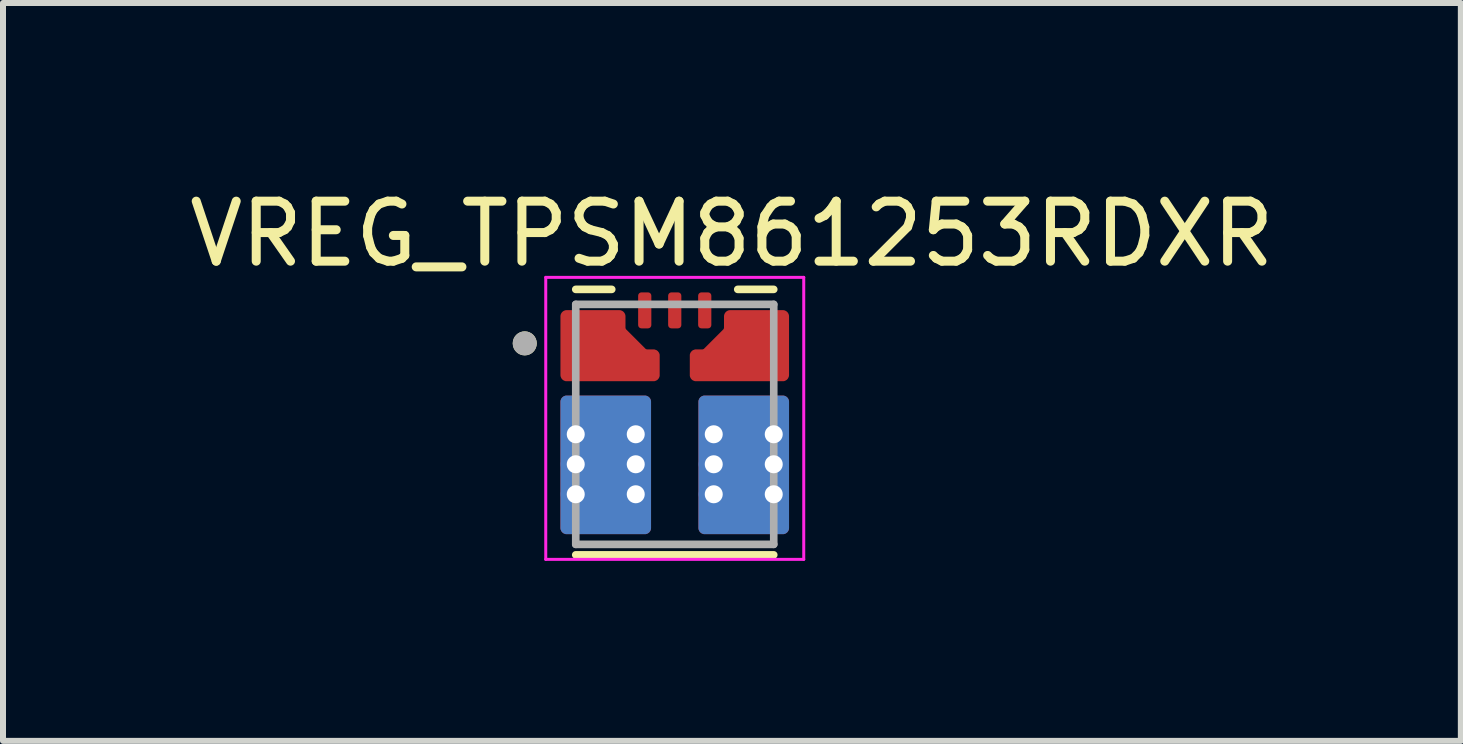
<source format=kicad_pcb>
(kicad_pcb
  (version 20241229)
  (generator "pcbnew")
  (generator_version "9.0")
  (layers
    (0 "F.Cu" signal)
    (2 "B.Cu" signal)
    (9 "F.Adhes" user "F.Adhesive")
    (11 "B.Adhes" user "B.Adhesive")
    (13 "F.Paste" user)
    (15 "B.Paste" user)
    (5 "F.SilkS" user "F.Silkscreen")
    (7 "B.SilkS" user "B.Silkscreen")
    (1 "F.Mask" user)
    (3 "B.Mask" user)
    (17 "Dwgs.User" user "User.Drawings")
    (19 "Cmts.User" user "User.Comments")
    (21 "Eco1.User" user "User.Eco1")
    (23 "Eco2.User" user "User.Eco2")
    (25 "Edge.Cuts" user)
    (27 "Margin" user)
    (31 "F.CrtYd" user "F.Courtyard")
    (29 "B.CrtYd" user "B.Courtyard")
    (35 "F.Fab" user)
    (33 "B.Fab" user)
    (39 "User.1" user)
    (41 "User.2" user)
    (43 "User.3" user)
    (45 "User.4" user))
  (footprint "VREG_TPSM861253RDXR"
    (layer "F.Cu")
    (at 8.196 4.023)
    (property "Reference" "VREG_TPSM861253RDXR" (at 0.953 -3.175 0) (layer "F.SilkS") (effects (font (size 1 1) (thickness 0.15))))
    (attr through_hole)
    (fp_poly (pts (xy -0.56 -1.55) (xy -0.565 -1.55) (xy -0.57 -1.551) (xy -0.576 -1.551) (xy -0.581 -1.552) (xy -0.586 -1.553) (xy -0.591 -1.555) (xy -0.596 -1.557) (xy -0.601 -1.559) (xy -0.605 -1.561) (xy -0.61 -1.563) (xy -0.614 -1.566) (xy -0.619 -1.569) (xy -0.623 -1.572) (xy -0.627 -1.576) (xy -0.631 -1.579) (xy -0.634 -1.583) (xy -0.638 -1.587) (xy -0.641 -1.591) (xy -0.644 -1.596) (xy -0.647 -1.6) (xy -0.649 -1.605) (xy -0.651 -1.609) (xy -0.653 -1.614) (xy -0.655 -1.619) (xy -0.657 -1.624) (xy -0.658 -1.629) (xy -0.659 -1.634) (xy -0.659 -1.64) (xy -0.66 -1.645) (xy -0.66 -1.65) (xy -0.66 -2.15) (xy -0.66 -2.155) (xy -0.659 -2.16) (xy -0.659 -2.166) (xy -0.658 -2.171) (xy -0.657 -2.176) (xy -0.655 -2.181) (xy -0.653 -2.186) (xy -0.651 -2.191) (xy -0.649 -2.195) (xy -0.647 -2.2) (xy -0.644 -2.204) (xy -0.641 -2.209) (xy -0.638 -2.213) (xy -0.634 -2.217) (xy -0.631 -2.221) (xy -0.627 -2.224) (xy -0.623 -2.228) (xy -0.619 -2.231) (xy -0.614 -2.234) (xy -0.61 -2.237) (xy -0.605 -2.239) (xy -0.601 -2.241) (xy -0.596 -2.243) (xy -0.591 -2.245) (xy -0.586 -2.247) (xy -0.581 -2.248) (xy -0.576 -2.249) (xy -0.57 -2.249) (xy -0.565 -2.25) (xy -0.56 -2.25) (xy -0.44 -2.25) (xy -0.435 -2.25) (xy -0.43 -2.249) (xy -0.424 -2.249) (xy -0.419 -2.248) (xy -0.414 -2.247) (xy -0.409 -2.245) (xy -0.404 -2.243) (xy -0.399 -2.241) (xy -0.395 -2.239) (xy -0.39 -2.237) (xy -0.386 -2.234) (xy -0.381 -2.231) (xy -0.377 -2.228) (xy -0.373 -2.224) (xy -0.369 -2.221) (xy -0.366 -2.217) (xy -0.362 -2.213) (xy -0.359 -2.209) (xy -0.356 -2.204) (xy -0.353 -2.2) (xy -0.351 -2.195) (xy -0.349 -2.191) (xy -0.347 -2.186) (xy -0.345 -2.181) (xy -0.343 -2.176) (xy -0.342 -2.171) (xy -0.341 -2.166) (xy -0.341 -2.16) (xy -0.34 -2.155) (xy -0.34 -2.15) (xy -0.34 -1.65) (xy -0.34 -1.645) (xy -0.341 -1.64) (xy -0.341 -1.634) (xy -0.342 -1.629) (xy -0.343 -1.624) (xy -0.345 -1.619) (xy -0.347 -1.614) (xy -0.349 -1.609) (xy -0.351 -1.605) (xy -0.353 -1.6) (xy -0.356 -1.596) (xy -0.359 -1.591) (xy -0.362 -1.587) (xy -0.366 -1.583) (xy -0.369 -1.579) (xy -0.373 -1.576) (xy -0.377 -1.572) (xy -0.381 -1.569) (xy -0.386 -1.566) (xy -0.39 -1.563) (xy -0.395 -1.561) (xy -0.399 -1.559) (xy -0.404 -1.557) (xy -0.409 -1.555) (xy -0.414 -1.553) (xy -0.419 -1.552) (xy -0.424 -1.551) (xy -0.43 -1.551) (xy -0.435 -1.55) (xy -0.44 -1.55) (xy -0.56 -1.55)) (stroke (width 0.01) (type solid)) (fill yes) (layer "F.Mask"))
    (fp_poly (pts (xy -0.16 -2.15) (xy -0.16 -1.65) (xy -0.16 -1.645) (xy -0.159 -1.64) (xy -0.159 -1.634) (xy -0.158 -1.629) (xy -0.157 -1.624) (xy -0.155 -1.619) (xy -0.153 -1.614) (xy -0.151 -1.609) (xy -0.149 -1.605) (xy -0.147 -1.6) (xy -0.144 -1.596) (xy -0.141 -1.591) (xy -0.138 -1.587) (xy -0.134 -1.583) (xy -0.131 -1.579) (xy -0.127 -1.576) (xy -0.123 -1.572) (xy -0.119 -1.569) (xy -0.114 -1.566) (xy -0.11 -1.563) (xy -0.105 -1.561) (xy -0.101 -1.559) (xy -0.096 -1.557) (xy -0.091 -1.555) (xy -0.086 -1.553) (xy -0.081 -1.552) (xy -0.076 -1.551) (xy -0.07 -1.551) (xy -0.065 -1.55) (xy -0.06 -1.55) (xy 0.06 -1.55) (xy 0.065 -1.55) (xy 0.07 -1.551) (xy 0.076 -1.551) (xy 0.081 -1.552) (xy 0.086 -1.553) (xy 0.091 -1.555) (xy 0.096 -1.557) (xy 0.101 -1.559) (xy 0.105 -1.561) (xy 0.11 -1.563) (xy 0.114 -1.566) (xy 0.119 -1.569) (xy 0.123 -1.572) (xy 0.127 -1.576) (xy 0.131 -1.579) (xy 0.134 -1.583) (xy 0.138 -1.587) (xy 0.141 -1.591) (xy 0.144 -1.596) (xy 0.147 -1.6) (xy 0.149 -1.605) (xy 0.151 -1.609) (xy 0.153 -1.614) (xy 0.155 -1.619) (xy 0.157 -1.624) (xy 0.158 -1.629) (xy 0.159 -1.634) (xy 0.159 -1.64) (xy 0.16 -1.645) (xy 0.16 -1.65) (xy 0.16 -2.15) (xy 0.16 -2.155) (xy 0.159 -2.16) (xy 0.159 -2.166) (xy 0.158 -2.171) (xy 0.157 -2.176) (xy 0.155 -2.181) (xy 0.153 -2.186) (xy 0.151 -2.191) (xy 0.149 -2.195) (xy 0.147 -2.2) (xy 0.144 -2.204) (xy 0.141 -2.209) (xy 0.138 -2.213) (xy 0.134 -2.217) (xy 0.131 -2.221) (xy 0.127 -2.224) (xy 0.123 -2.228) (xy 0.119 -2.231) (xy 0.114 -2.234) (xy 0.11 -2.237) (xy 0.105 -2.239) (xy 0.101 -2.241) (xy 0.096 -2.243) (xy 0.091 -2.245) (xy 0.086 -2.247) (xy 0.081 -2.248) (xy 0.076 -2.249) (xy 0.07 -2.249) (xy 0.065 -2.25) (xy 0.06 -2.25) (xy -0.06 -2.25) (xy -0.065 -2.25) (xy -0.07 -2.249) (xy -0.076 -2.249) (xy -0.081 -2.248) (xy -0.086 -2.247) (xy -0.091 -2.245) (xy -0.096 -2.243) (xy -0.101 -2.241) (xy -0.105 -2.239) (xy -0.11 -2.237) (xy -0.114 -2.234) (xy -0.119 -2.231) (xy -0.123 -2.228) (xy -0.127 -2.224) (xy -0.131 -2.221) (xy -0.134 -2.217) (xy -0.138 -2.213) (xy -0.141 -2.209) (xy -0.144 -2.204) (xy -0.147 -2.2) (xy -0.149 -2.195) (xy -0.151 -2.191) (xy -0.153 -2.186) (xy -0.155 -2.181) (xy -0.157 -2.176) (xy -0.158 -2.171) (xy -0.159 -2.166) (xy -0.159 -2.16) (xy -0.16 -2.155) (xy -0.16 -2.15)) (stroke (width 0.01) (type solid)) (fill yes) (layer "F.Mask"))
    (fp_poly (pts (xy 0.44 -1.55) (xy 0.435 -1.55) (xy 0.43 -1.551) (xy 0.424 -1.551) (xy 0.419 -1.552) (xy 0.414 -1.553) (xy 0.409 -1.555) (xy 0.404 -1.557) (xy 0.399 -1.559) (xy 0.395 -1.561) (xy 0.39 -1.563) (xy 0.386 -1.566) (xy 0.381 -1.569) (xy 0.377 -1.572) (xy 0.373 -1.576) (xy 0.369 -1.579) (xy 0.366 -1.583) (xy 0.362 -1.587) (xy 0.359 -1.591) (xy 0.356 -1.596) (xy 0.353 -1.6) (xy 0.351 -1.605) (xy 0.349 -1.609) (xy 0.347 -1.614) (xy 0.345 -1.619) (xy 0.343 -1.624) (xy 0.342 -1.629) (xy 0.341 -1.634) (xy 0.341 -1.64) (xy 0.34 -1.645) (xy 0.34 -1.65) (xy 0.34 -2.15) (xy 0.34 -2.155) (xy 0.341 -2.16) (xy 0.341 -2.166) (xy 0.342 -2.171) (xy 0.343 -2.176) (xy 0.345 -2.181) (xy 0.347 -2.186) (xy 0.349 -2.191) (xy 0.351 -2.195) (xy 0.353 -2.2) (xy 0.356 -2.204) (xy 0.359 -2.209) (xy 0.362 -2.213) (xy 0.366 -2.217) (xy 0.369 -2.221) (xy 0.373 -2.224) (xy 0.377 -2.228) (xy 0.381 -2.231) (xy 0.386 -2.234) (xy 0.39 -2.237) (xy 0.395 -2.239) (xy 0.399 -2.241) (xy 0.404 -2.243) (xy 0.409 -2.245) (xy 0.414 -2.247) (xy 0.419 -2.248) (xy 0.424 -2.249) (xy 0.43 -2.249) (xy 0.435 -2.25) (xy 0.44 -2.25) (xy 0.56 -2.25) (xy 0.565 -2.25) (xy 0.57 -2.249) (xy 0.576 -2.249) (xy 0.581 -2.248) (xy 0.586 -2.247) (xy 0.591 -2.245) (xy 0.596 -2.243) (xy 0.601 -2.241) (xy 0.605 -2.239) (xy 0.61 -2.237) (xy 0.614 -2.234) (xy 0.619 -2.231) (xy 0.623 -2.228) (xy 0.627 -2.224) (xy 0.631 -2.221) (xy 0.634 -2.217) (xy 0.638 -2.213) (xy 0.641 -2.209) (xy 0.644 -2.204) (xy 0.647 -2.2) (xy 0.649 -2.195) (xy 0.651 -2.191) (xy 0.653 -2.186) (xy 0.655 -2.181) (xy 0.657 -2.176) (xy 0.658 -2.171) (xy 0.659 -2.166) (xy 0.659 -2.16) (xy 0.66 -2.155) (xy 0.66 -2.15) (xy 0.66 -1.65) (xy 0.66 -1.645) (xy 0.659 -1.64) (xy 0.659 -1.634) (xy 0.658 -1.629) (xy 0.657 -1.624) (xy 0.655 -1.619) (xy 0.653 -1.614) (xy 0.651 -1.609) (xy 0.649 -1.605) (xy 0.647 -1.6) (xy 0.644 -1.596) (xy 0.641 -1.591) (xy 0.638 -1.587) (xy 0.634 -1.583) (xy 0.631 -1.579) (xy 0.627 -1.576) (xy 0.623 -1.572) (xy 0.619 -1.569) (xy 0.614 -1.566) (xy 0.61 -1.563) (xy 0.605 -1.561) (xy 0.601 -1.559) (xy 0.596 -1.557) (xy 0.591 -1.555) (xy 0.586 -1.553) (xy 0.581 -1.552) (xy 0.576 -1.551) (xy 0.57 -1.551) (xy 0.565 -1.55) (xy 0.56 -1.55) (xy 0.44 -1.55)) (stroke (width 0.01) (type solid)) (fill yes) (layer "F.Mask"))
    (fp_poly (pts (xy -0.355 -0.775) (xy -0.352 -0.775) (xy -0.35 -0.775) (xy -0.347 -0.776) (xy -0.345 -0.776) (xy -0.342 -0.777) (xy -0.34 -0.777) (xy -0.337 -0.778) (xy -0.335 -0.779) (xy -0.332 -0.78) (xy -0.33 -0.782) (xy -0.328 -0.783) (xy -0.326 -0.785) (xy -0.324 -0.786) (xy -0.322 -0.788) (xy -0.32 -0.79) (xy -0.318 -0.792) (xy -0.316 -0.794) (xy -0.315 -0.796) (xy -0.313 -0.798) (xy -0.312 -0.8) (xy -0.31 -0.802) (xy -0.309 -0.805) (xy -0.308 -0.807) (xy -0.307 -0.81) (xy -0.307 -0.812) (xy -0.306 -0.815) (xy -0.306 -0.817) (xy -0.305 -0.82) (xy -0.305 -0.822) (xy -0.305 -0.825) (xy -0.305 -1.145) (xy -0.305 -1.148) (xy -0.305 -1.15) (xy -0.306 -1.153) (xy -0.306 -1.155) (xy -0.307 -1.158) (xy -0.307 -1.16) (xy -0.308 -1.163) (xy -0.309 -1.165) (xy -0.31 -1.168) (xy -0.312 -1.17) (xy -0.313 -1.172) (xy -0.315 -1.174) (xy -0.316 -1.176) (xy -0.318 -1.178) (xy -0.32 -1.18) (xy -0.322 -1.182) (xy -0.324 -1.184) (xy -0.326 -1.185) (xy -0.328 -1.187) (xy -0.33 -1.188) (xy -0.332 -1.19) (xy -0.335 -1.191) (xy -0.337 -1.192) (xy -0.34 -1.193) (xy -0.342 -1.193) (xy -0.345 -1.194) (xy -0.347 -1.194) (xy -0.35 -1.195) (xy -0.352 -1.195) (xy -0.355 -1.195) (xy -0.477 -1.195) (xy -0.479 -1.195) (xy -0.48 -1.195) (xy -0.481 -1.195) (xy -0.483 -1.195) (xy -0.484 -1.195) (xy -0.485 -1.196) (xy -0.486 -1.196) (xy -0.488 -1.196) (xy -0.489 -1.196) (xy -0.49 -1.197) (xy -0.491 -1.197) (xy -0.493 -1.197) (xy -0.494 -1.198) (xy -0.495 -1.198) (xy -0.496 -1.199) (xy -0.498 -1.199) (xy -0.499 -1.2) (xy -0.5 -1.2) (xy -0.501 -1.201) (xy -0.502 -1.202) (xy -0.503 -1.202) (xy -0.505 -1.203) (xy -0.506 -1.204) (xy -0.507 -1.205) (xy -0.508 -1.205) (xy -0.509 -1.206) (xy -0.51 -1.207) (xy -0.511 -1.208) (xy -0.512 -1.209) (xy -0.513 -1.21) (xy -0.86 -1.557) (xy -0.861 -1.558) (xy -0.862 -1.559) (xy -0.863 -1.56) (xy -0.864 -1.561) (xy -0.865 -1.562) (xy -0.865 -1.563) (xy -0.866 -1.564) (xy -0.867 -1.565) (xy -0.868 -1.567) (xy -0.868 -1.568) (xy -0.869 -1.569) (xy -0.87 -1.57) (xy -0.87 -1.571) (xy -0.871 -1.572) (xy -0.871 -1.574) (xy -0.872 -1.575) (xy -0.872 -1.576) (xy -0.873 -1.577) (xy -0.873 -1.579) (xy -0.873 -1.58) (xy -0.874 -1.581) (xy -0.874 -1.582) (xy -0.874 -1.584) (xy -0.874 -1.585) (xy -0.875 -1.586) (xy -0.875 -1.587) (xy -0.875 -1.589) (xy -0.875 -1.59) (xy -0.875 -1.591) (xy -0.875 -1.593) (xy -0.875 -1.8) (xy -0.875 -1.803) (xy -0.875 -1.805) (xy -0.876 -1.808) (xy -0.876 -1.81) (xy -0.877 -1.813) (xy -0.877 -1.815) (xy -0.878 -1.818) (xy -0.879 -1.82) (xy -0.88 -1.823) (xy -0.882 -1.825) (xy -0.883 -1.827) (xy -0.885 -1.829) (xy -0.886 -1.831) (xy -0.888 -1.833) (xy -0.89 -1.835) (xy -0.892 -1.837) (xy -0.894 -1.839) (xy -0.896 -1.84) (xy -0.898 -1.842) (xy -0.9 -1.843) (xy -0.902 -1.845) (xy -0.905 -1.846) (xy -0.907 -1.847) (xy -0.91 -1.848) (xy -0.912 -1.848) (xy -0.915 -1.849) (xy -0.917 -1.849) (xy -0.92 -1.85) (xy -0.922 -1.85) (xy -0.925 -1.85) (xy -1.4 -1.85) (xy -1.403 -1.85) (xy -1.405 -1.85) (xy -1.408 -1.849) (xy -1.41 -1.849) (xy -1.413 -1.848) (xy -1.415 -1.848) (xy -1.418 -1.847) (xy -1.42 -1.846) (xy -1.423 -1.845) (xy -1.425 -1.843) (xy -1.427 -1.842) (xy -1.429 -1.84) (xy -1.431 -1.839) (xy -1.433 -1.837) (xy -1.435 -1.835) (xy -1.437 -1.833) (xy -1.439 -1.831) (xy -1.44 -1.829) (xy -1.442 -1.827) (xy -1.443 -1.825) (xy -1.445 -1.823) (xy -1.446 -1.82) (xy -1.447 -1.818) (xy -1.448 -1.815) (xy -1.448 -1.813) (xy -1.449 -1.81) (xy -1.449 -1.808) (xy -1.45 -1.805) (xy -1.45 -1.803) (xy -1.45 -1.8) (xy -1.45 -1.675) (xy -1.45 -1.672) (xy -1.45 -1.67) (xy -1.451 -1.667) (xy -1.451 -1.665) (xy -1.452 -1.662) (xy -1.452 -1.66) (xy -1.453 -1.657) (xy -1.454 -1.655) (xy -1.455 -1.652) (xy -1.457 -1.65) (xy -1.458 -1.648) (xy -1.46 -1.646) (xy -1.461 -1.644) (xy -1.463 -1.642) (xy -1.465 -1.64) (xy -1.467 -1.638) (xy -1.469 -1.636) (xy -1.471 -1.635) (xy -1.473 -1.633) (xy -1.475 -1.632) (xy -1.477 -1.63) (xy -1.48 -1.629) (xy -1.482 -1.628) (xy -1.485 -1.627) (xy -1.487 -1.627) (xy -1.49 -1.626) (xy -1.492 -1.626) (xy -1.495 -1.625) (xy -1.497 -1.625) (xy -1.5 -1.625) (xy -1.8 -1.625) (xy -1.803 -1.625) (xy -1.805 -1.625) (xy -1.808 -1.624) (xy -1.81 -1.624) (xy -1.813 -1.623) (xy -1.815 -1.623) (xy -1.818 -1.622) (xy -1.82 -1.621) (xy -1.823 -1.62) (xy -1.825 -1.618) (xy -1.827 -1.617) (xy -1.829 -1.615) (xy -1.831 -1.614) (xy -1.833 -1.612) (xy -1.835 -1.61) (xy -1.837 -1.608) (xy -1.839 -1.606) (xy -1.84 -1.604) (xy -1.842 -1.602) (xy -1.843 -1.6) (xy -1.845 -1.598) (xy -1.846 -1.595) (xy -1.847 -1.593) (xy -1.848 -1.59) (xy -1.848 -1.588) (xy -1.849 -1.585) (xy -1.849 -1.583) (xy -1.85 -1.58) (xy -1.85 -1.578) (xy -1.85 -1.575) (xy -1.85 -1.425) (xy -1.85 -1.422) (xy -1.85 -1.42) (xy -1.849 -1.417) (xy -1.849 -1.415) (xy -1.848 -1.412) (xy -1.848 -1.41) (xy -1.847 -1.407) (xy -1.846 -1.405) (xy -1.845 -1.402) (xy -1.843 -1.4) (xy -1.842 -1.398) (xy -1.84 -1.396) (xy -1.839 -1.394) (xy -1.837 -1.392) (xy -1.835 -1.39) (xy -1.833 -1.388) (xy -1.831 -1.386) (xy -1.829 -1.385) (xy -1.827 -1.383) (xy -1.825 -1.382) (xy -1.823 -1.38) (xy -1.82 -1.379) (xy -1.818 -1.378) (xy -1.815 -1.377) (xy -1.813 -1.377) (xy -1.81 -1.376) (xy -1.808 -1.376) (xy -1.805 -1.375) (xy -1.803 -1.375) (xy -1.8 -1.375) (xy -1.5 -1.375) (xy -1.497 -1.375) (xy -1.495 -1.375) (xy -1.492 -1.374) (xy -1.49 -1.374) (xy -1.487 -1.373) (xy -1.485 -1.373) (xy -1.482 -1.372) (xy -1.48 -1.371) (xy -1.477 -1.37) (xy -1.475 -1.368) (xy -1.473 -1.367) (xy -1.471 -1.365) (xy -1.469 -1.364) (xy -1.467 -1.362) (xy -1.465 -1.36) (xy -1.463 -1.358) (xy -1.461 -1.356) (xy -1.46 -1.354) (xy -1.458 -1.352) (xy -1.457 -1.35) (xy -1.455 -1.348) (xy -1.454 -1.345) (xy -1.453 -1.343) (xy -1.452 -1.34) (xy -1.452 -1.338) (xy -1.451 -1.335) (xy -1.451 -1.333) (xy -1.45 -1.33) (xy -1.45 -1.328) (xy -1.45 -1.325) (xy -1.45 -1.175) (xy -1.45 -1.172) (xy -1.45 -1.17) (xy -1.451 -1.167) (xy -1.451 -1.165) (xy -1.452 -1.162) (xy -1.452 -1.16) (xy -1.453 -1.157) (xy -1.454 -1.155) (xy -1.455 -1.152) (xy -1.457 -1.15) (xy -1.458 -1.148) (xy -1.46 -1.146) (xy -1.461 -1.144) (xy -1.463 -1.142) (xy -1.465 -1.14) (xy -1.467 -1.138) (xy -1.469 -1.136) (xy -1.471 -1.135) (xy -1.473 -1.133) (xy -1.475 -1.132) (xy -1.477 -1.13) (xy -1.48 -1.129) (xy -1.482 -1.128) (xy -1.485 -1.127) (xy -1.487 -1.127) (xy -1.49 -1.126) (xy -1.492 -1.126) (xy -1.495 -1.125) (xy -1.497 -1.125) (xy -1.5 -1.125) (xy -1.8 -1.125) (xy -1.803 -1.125) (xy -1.805 -1.125) (xy -1.808 -1.124) (xy -1.81 -1.124) (xy -1.813 -1.123) (xy -1.815 -1.123) (xy -1.818 -1.122) (xy -1.82 -1.121) (xy -1.823 -1.12) (xy -1.825 -1.118) (xy -1.827 -1.117) (xy -1.829 -1.115) (xy -1.831 -1.114) (xy -1.833 -1.112) (xy -1.835 -1.11) (xy -1.837 -1.108) (xy -1.839 -1.106) (xy -1.84 -1.104) (xy -1.842 -1.102) (xy -1.843 -1.1) (xy -1.845 -1.098) (xy -1.846 -1.095) (xy -1.847 -1.093) (xy -1.848 -1.09) (xy -1.848 -1.088) (xy -1.849 -1.085) (xy -1.849 -1.083) (xy -1.85 -1.08) (xy -1.85 -1.078) (xy -1.85 -1.075) (xy -1.85 -0.925) (xy -1.85 -0.922) (xy -1.85 -0.92) (xy -1.849 -0.917) (xy -1.849 -0.915) (xy -1.848 -0.912) (xy -1.848 -0.91) (xy -1.847 -0.907) (xy -1.846 -0.905) (xy -1.845 -0.902) (xy -1.843 -0.9) (xy -1.842 -0.898) (xy -1.84 -0.896) (xy -1.839 -0.894) (xy -1.837 -0.892) (xy -1.835 -0.89) (xy -1.833 -0.888) (xy -1.831 -0.886) (xy -1.829 -0.885) (xy -1.827 -0.883) (xy -1.825 -0.882) (xy -1.823 -0.88) (xy -1.82 -0.879) (xy -1.818 -0.878) (xy -1.815 -0.877) (xy -1.813 -0.877) (xy -1.81 -0.876) (xy -1.808 -0.876) (xy -1.805 -0.875) (xy -1.803 -0.875) (xy -1.8 -0.875) (xy -1.5 -0.875) (xy -1.497 -0.875) (xy -1.495 -0.875) (xy -1.492 -0.874) (xy -1.49 -0.874) (xy -1.487 -0.873) (xy -1.485 -0.873) (xy -1.482 -0.872) (xy -1.48 -0.871) (xy -1.477 -0.87) (xy -1.475 -0.868) (xy -1.473 -0.867) (xy -1.471 -0.865) (xy -1.469 -0.864) (xy -1.467 -0.862) (xy -1.465 -0.86) (xy -1.463 -0.858) (xy -1.461 -0.856) (xy -1.46 -0.854) (xy -1.458 -0.852) (xy -1.457 -0.85) (xy -1.455 -0.848) (xy -1.454 -0.845) (xy -1.453 -0.843) (xy -1.452 -0.84) (xy -1.452 -0.838) (xy -1.451 -0.835) (xy -1.451 -0.833) (xy -1.45 -0.83) (xy -1.45 -0.828) (xy -1.45 -0.825) (xy -1.45 -0.822) (xy -1.45 -0.82) (xy -1.449 -0.817) (xy -1.449 -0.815) (xy -1.448 -0.812) (xy -1.448 -0.81) (xy -1.447 -0.807) (xy -1.446 -0.805) (xy -1.445 -0.802) (xy -1.443 -0.8) (xy -1.442 -0.798) (xy -1.44 -0.796) (xy -1.439 -0.794) (xy -1.437 -0.792) (xy -1.435 -0.79) (xy -1.433 -0.788) (xy -1.431 -0.786) (xy -1.429 -0.785) (xy -1.427 -0.783) (xy -1.425 -0.782) (xy -1.423 -0.78) (xy -1.42 -0.779) (xy -1.418 -0.778) (xy -1.415 -0.777) (xy -1.413 -0.777) (xy -1.41 -0.776) (xy -1.408 -0.776) (xy -1.405 -0.775) (xy -1.403 -0.775) (xy -1.4 -0.775) (xy -0.355 -0.775)) (stroke (width 0.01) (type solid)) (fill yes) (layer "F.Mask"))
    (fp_poly (pts (xy 0.355 -0.775) (xy 0.352 -0.775) (xy 0.35 -0.775) (xy 0.347 -0.776) (xy 0.345 -0.776) (xy 0.342 -0.777) (xy 0.34 -0.777) (xy 0.337 -0.778) (xy 0.335 -0.779) (xy 0.332 -0.78) (xy 0.33 -0.782) (xy 0.328 -0.783) (xy 0.326 -0.785) (xy 0.324 -0.786) (xy 0.322 -0.788) (xy 0.32 -0.79) (xy 0.318 -0.792) (xy 0.316 -0.794) (xy 0.315 -0.796) (xy 0.313 -0.798) (xy 0.312 -0.8) (xy 0.31 -0.802) (xy 0.309 -0.805) (xy 0.308 -0.807) (xy 0.307 -0.81) (xy 0.307 -0.812) (xy 0.306 -0.815) (xy 0.306 -0.817) (xy 0.305 -0.82) (xy 0.305 -0.822) (xy 0.305 -0.825) (xy 0.305 -1.145) (xy 0.305 -1.148) (xy 0.305 -1.15) (xy 0.306 -1.153) (xy 0.306 -1.155) (xy 0.307 -1.158) (xy 0.307 -1.16) (xy 0.308 -1.163) (xy 0.309 -1.165) (xy 0.31 -1.168) (xy 0.312 -1.17) (xy 0.313 -1.172) (xy 0.315 -1.174) (xy 0.316 -1.176) (xy 0.318 -1.178) (xy 0.32 -1.18) (xy 0.322 -1.182) (xy 0.324 -1.184) (xy 0.326 -1.185) (xy 0.328 -1.187) (xy 0.33 -1.188) (xy 0.332 -1.19) (xy 0.335 -1.191) (xy 0.337 -1.192) (xy 0.34 -1.193) (xy 0.342 -1.193) (xy 0.345 -1.194) (xy 0.347 -1.194) (xy 0.35 -1.195) (xy 0.352 -1.195) (xy 0.355 -1.195) (xy 0.477 -1.195) (xy 0.479 -1.195) (xy 0.48 -1.195) (xy 0.481 -1.195) (xy 0.483 -1.195) (xy 0.484 -1.195) (xy 0.485 -1.196) (xy 0.486 -1.196) (xy 0.488 -1.196) (xy 0.489 -1.196) (xy 0.49 -1.197) (xy 0.491 -1.197) (xy 0.493 -1.197) (xy 0.494 -1.198) (xy 0.495 -1.198) (xy 0.496 -1.199) (xy 0.498 -1.199) (xy 0.499 -1.2) (xy 0.5 -1.2) (xy 0.501 -1.201) (xy 0.502 -1.202) (xy 0.503 -1.202) (xy 0.505 -1.203) (xy 0.506 -1.204) (xy 0.507 -1.205) (xy 0.508 -1.205) (xy 0.509 -1.206) (xy 0.51 -1.207) (xy 0.511 -1.208) (xy 0.512 -1.209) (xy 0.513 -1.21) (xy 0.86 -1.557) (xy 0.861 -1.558) (xy 0.862 -1.559) (xy 0.863 -1.56) (xy 0.864 -1.561) (xy 0.865 -1.562) (xy 0.865 -1.563) (xy 0.866 -1.564) (xy 0.867 -1.565) (xy 0.868 -1.567) (xy 0.868 -1.568) (xy 0.869 -1.569) (xy 0.87 -1.57) (xy 0.87 -1.571) (xy 0.871 -1.572) (xy 0.871 -1.574) (xy 0.872 -1.575) (xy 0.872 -1.576) (xy 0.873 -1.577) (xy 0.873 -1.579) (xy 0.873 -1.58) (xy 0.874 -1.581) (xy 0.874 -1.582) (xy 0.874 -1.584) (xy 0.874 -1.585) (xy 0.875 -1.586) (xy 0.875 -1.587) (xy 0.875 -1.589) (xy 0.875 -1.59) (xy 0.875 -1.591) (xy 0.875 -1.593) (xy 0.875 -1.8) (xy 0.875 -1.803) (xy 0.875 -1.805) (xy 0.876 -1.808) (xy 0.876 -1.81) (xy 0.877 -1.813) (xy 0.877 -1.815) (xy 0.878 -1.818) (xy 0.879 -1.82) (xy 0.88 -1.823) (xy 0.882 -1.825) (xy 0.883 -1.827) (xy 0.885 -1.829) (xy 0.886 -1.831) (xy 0.888 -1.833) (xy 0.89 -1.835) (xy 0.892 -1.837) (xy 0.894 -1.839) (xy 0.896 -1.84) (xy 0.898 -1.842) (xy 0.9 -1.843) (xy 0.902 -1.845) (xy 0.905 -1.846) (xy 0.907 -1.847) (xy 0.91 -1.848) (xy 0.912 -1.848) (xy 0.915 -1.849) (xy 0.917 -1.849) (xy 0.92 -1.85) (xy 0.922 -1.85) (xy 0.925 -1.85) (xy 1.4 -1.85) (xy 1.403 -1.85) (xy 1.405 -1.85) (xy 1.408 -1.849) (xy 1.41 -1.849) (xy 1.413 -1.848) (xy 1.415 -1.848) (xy 1.418 -1.847) (xy 1.42 -1.846) (xy 1.423 -1.845) (xy 1.425 -1.843) (xy 1.427 -1.842) (xy 1.429 -1.84) (xy 1.431 -1.839) (xy 1.433 -1.837) (xy 1.435 -1.835) (xy 1.437 -1.833) (xy 1.439 -1.831) (xy 1.44 -1.829) (xy 1.442 -1.827) (xy 1.443 -1.825) (xy 1.445 -1.823) (xy 1.446 -1.82) (xy 1.447 -1.818) (xy 1.448 -1.815) (xy 1.448 -1.813) (xy 1.449 -1.81) (xy 1.449 -1.808) (xy 1.45 -1.805) (xy 1.45 -1.803) (xy 1.45 -1.8) (xy 1.45 -1.675) (xy 1.45 -1.672) (xy 1.45 -1.67) (xy 1.451 -1.667) (xy 1.451 -1.665) (xy 1.452 -1.662) (xy 1.452 -1.66) (xy 1.453 -1.657) (xy 1.454 -1.655) (xy 1.455 -1.652) (xy 1.457 -1.65) (xy 1.458 -1.648) (xy 1.46 -1.646) (xy 1.461 -1.644) (xy 1.463 -1.642) (xy 1.465 -1.64) (xy 1.467 -1.638) (xy 1.469 -1.636) (xy 1.471 -1.635) (xy 1.473 -1.633) (xy 1.475 -1.632) (xy 1.477 -1.63) (xy 1.48 -1.629) (xy 1.482 -1.628) (xy 1.485 -1.627) (xy 1.487 -1.627) (xy 1.49 -1.626) (xy 1.492 -1.626) (xy 1.495 -1.625) (xy 1.497 -1.625) (xy 1.5 -1.625) (xy 1.8 -1.625) (xy 1.803 -1.625) (xy 1.805 -1.625) (xy 1.808 -1.624) (xy 1.81 -1.624) (xy 1.813 -1.623) (xy 1.815 -1.623) (xy 1.818 -1.622) (xy 1.82 -1.621) (xy 1.823 -1.62) (xy 1.825 -1.618) (xy 1.827 -1.617) (xy 1.829 -1.615) (xy 1.831 -1.614) (xy 1.833 -1.612) (xy 1.835 -1.61) (xy 1.837 -1.608) (xy 1.839 -1.606) (xy 1.84 -1.604) (xy 1.842 -1.602) (xy 1.843 -1.6) (xy 1.845 -1.598) (xy 1.846 -1.595) (xy 1.847 -1.593) (xy 1.848 -1.59) (xy 1.848 -1.588) (xy 1.849 -1.585) (xy 1.849 -1.583) (xy 1.85 -1.58) (xy 1.85 -1.578) (xy 1.85 -1.575) (xy 1.85 -1.425) (xy 1.85 -1.422) (xy 1.85 -1.42) (xy 1.849 -1.417) (xy 1.849 -1.415) (xy 1.848 -1.412) (xy 1.848 -1.41) (xy 1.847 -1.407) (xy 1.846 -1.405) (xy 1.845 -1.402) (xy 1.843 -1.4) (xy 1.842 -1.398) (xy 1.84 -1.396) (xy 1.839 -1.394) (xy 1.837 -1.392) (xy 1.835 -1.39) (xy 1.833 -1.388) (xy 1.831 -1.386) (xy 1.829 -1.385) (xy 1.827 -1.383) (xy 1.825 -1.382) (xy 1.823 -1.38) (xy 1.82 -1.379) (xy 1.818 -1.378) (xy 1.815 -1.377) (xy 1.813 -1.377) (xy 1.81 -1.376) (xy 1.808 -1.376) (xy 1.805 -1.375) (xy 1.803 -1.375) (xy 1.8 -1.375) (xy 1.5 -1.375) (xy 1.497 -1.375) (xy 1.495 -1.375) (xy 1.492 -1.374) (xy 1.49 -1.374) (xy 1.487 -1.373) (xy 1.485 -1.373) (xy 1.482 -1.372) (xy 1.48 -1.371) (xy 1.477 -1.37) (xy 1.475 -1.368) (xy 1.473 -1.367) (xy 1.471 -1.365) (xy 1.469 -1.364) (xy 1.467 -1.362) (xy 1.465 -1.36) (xy 1.463 -1.358) (xy 1.461 -1.356) (xy 1.46 -1.354) (xy 1.458 -1.352) (xy 1.457 -1.35) (xy 1.455 -1.348) (xy 1.454 -1.345) (xy 1.453 -1.343) (xy 1.452 -1.34) (xy 1.452 -1.338) (xy 1.451 -1.335) (xy 1.451 -1.333) (xy 1.45 -1.33) (xy 1.45 -1.328) (xy 1.45 -1.325) (xy 1.45 -1.175) (xy 1.45 -1.172) (xy 1.45 -1.17) (xy 1.451 -1.167) (xy 1.451 -1.165) (xy 1.452 -1.162) (xy 1.452 -1.16) (xy 1.453 -1.157) (xy 1.454 -1.155) (xy 1.455 -1.152) (xy 1.457 -1.15) (xy 1.458 -1.148) (xy 1.46 -1.146) (xy 1.461 -1.144) (xy 1.463 -1.142) (xy 1.465 -1.14) (xy 1.467 -1.138) (xy 1.469 -1.136) (xy 1.471 -1.135) (xy 1.473 -1.133) (xy 1.475 -1.132) (xy 1.477 -1.13) (xy 1.48 -1.129) (xy 1.482 -1.128) (xy 1.485 -1.127) (xy 1.487 -1.127) (xy 1.49 -1.126) (xy 1.492 -1.126) (xy 1.495 -1.125) (xy 1.497 -1.125) (xy 1.5 -1.125) (xy 1.8 -1.125) (xy 1.803 -1.125) (xy 1.805 -1.125) (xy 1.808 -1.124) (xy 1.81 -1.124) (xy 1.813 -1.123) (xy 1.815 -1.123) (xy 1.818 -1.122) (xy 1.82 -1.121) (xy 1.823 -1.12) (xy 1.825 -1.118) (xy 1.827 -1.117) (xy 1.829 -1.115) (xy 1.831 -1.114) (xy 1.833 -1.112) (xy 1.835 -1.11) (xy 1.837 -1.108) (xy 1.839 -1.106) (xy 1.84 -1.104) (xy 1.842 -1.102) (xy 1.843 -1.1) (xy 1.845 -1.098) (xy 1.846 -1.095) (xy 1.847 -1.093) (xy 1.848 -1.09) (xy 1.848 -1.088) (xy 1.849 -1.085) (xy 1.849 -1.083) (xy 1.85 -1.08) (xy 1.85 -1.078) (xy 1.85 -1.075) (xy 1.85 -0.925) (xy 1.85 -0.922) (xy 1.85 -0.92) (xy 1.849 -0.917) (xy 1.849 -0.915) (xy 1.848 -0.912) (xy 1.848 -0.91) (xy 1.847 -0.907) (xy 1.846 -0.905) (xy 1.845 -0.902) (xy 1.843 -0.9) (xy 1.842 -0.898) (xy 1.84 -0.896) (xy 1.839 -0.894) (xy 1.837 -0.892) (xy 1.835 -0.89) (xy 1.833 -0.888) (xy 1.831 -0.886) (xy 1.829 -0.885) (xy 1.827 -0.883) (xy 1.825 -0.882) (xy 1.823 -0.88) (xy 1.82 -0.879) (xy 1.818 -0.878) (xy 1.815 -0.877) (xy 1.813 -0.877) (xy 1.81 -0.876) (xy 1.808 -0.876) (xy 1.805 -0.875) (xy 1.803 -0.875) (xy 1.8 -0.875) (xy 1.5 -0.875) (xy 1.497 -0.875) (xy 1.495 -0.875) (xy 1.492 -0.874) (xy 1.49 -0.874) (xy 1.487 -0.873) (xy 1.485 -0.873) (xy 1.482 -0.872) (xy 1.48 -0.871) (xy 1.477 -0.87) (xy 1.475 -0.868) (xy 1.473 -0.867) (xy 1.471 -0.865) (xy 1.469 -0.864) (xy 1.467 -0.862) (xy 1.465 -0.86) (xy 1.463 -0.858) (xy 1.461 -0.856) (xy 1.46 -0.854) (xy 1.458 -0.852) (xy 1.457 -0.85) (xy 1.455 -0.848) (xy 1.454 -0.845) (xy 1.453 -0.843) (xy 1.452 -0.84) (xy 1.452 -0.838) (xy 1.451 -0.835) (xy 1.451 -0.833) (xy 1.45 -0.83) (xy 1.45 -0.828) (xy 1.45 -0.825) (xy 1.45 -0.822) (xy 1.45 -0.82) (xy 1.449 -0.817) (xy 1.449 -0.815) (xy 1.448 -0.812) (xy 1.448 -0.81) (xy 1.447 -0.807) (xy 1.446 -0.805) (xy 1.445 -0.802) (xy 1.443 -0.8) (xy 1.442 -0.798) (xy 1.44 -0.796) (xy 1.439 -0.794) (xy 1.437 -0.792) (xy 1.435 -0.79) (xy 1.433 -0.788) (xy 1.431 -0.786) (xy 1.429 -0.785) (xy 1.427 -0.783) (xy 1.425 -0.782) (xy 1.423 -0.78) (xy 1.42 -0.779) (xy 1.418 -0.778) (xy 1.415 -0.777) (xy 1.413 -0.777) (xy 1.41 -0.776) (xy 1.408 -0.776) (xy 1.405 -0.775) (xy 1.403 -0.775) (xy 1.4 -0.775) (xy 0.355 -0.775)) (stroke (width 0.01) (type solid)) (fill yes) (layer "F.Mask"))
    (fp_poly (pts (xy -1.85 1.34) (xy -1.85 1.49) (xy -1.85 1.493) (xy -1.85 1.495) (xy -1.849 1.498) (xy -1.849 1.5) (xy -1.848 1.503) (xy -1.848 1.505) (xy -1.847 1.508) (xy -1.846 1.51) (xy -1.845 1.513) (xy -1.843 1.515) (xy -1.842 1.517) (xy -1.84 1.519) (xy -1.839 1.521) (xy -1.837 1.523) (xy -1.835 1.525) (xy -1.833 1.527) (xy -1.831 1.529) (xy -1.829 1.53) (xy -1.827 1.532) (xy -1.825 1.533) (xy -1.823 1.535) (xy -1.82 1.536) (xy -1.818 1.537) (xy -1.815 1.538) (xy -1.813 1.538) (xy -1.81 1.539) (xy -1.808 1.539) (xy -1.805 1.54) (xy -1.803 1.54) (xy -1.8 1.54) (xy -1.5 1.54) (xy -1.497 1.54) (xy -1.495 1.54) (xy -1.492 1.541) (xy -1.49 1.541) (xy -1.487 1.542) (xy -1.485 1.542) (xy -1.482 1.543) (xy -1.48 1.544) (xy -1.477 1.545) (xy -1.475 1.547) (xy -1.473 1.548) (xy -1.471 1.55) (xy -1.469 1.551) (xy -1.467 1.553) (xy -1.465 1.555) (xy -1.463 1.557) (xy -1.461 1.559) (xy -1.46 1.561) (xy -1.458 1.563) (xy -1.457 1.565) (xy -1.455 1.567) (xy -1.454 1.57) (xy -1.453 1.572) (xy -1.452 1.575) (xy -1.452 1.577) (xy -1.451 1.58) (xy -1.451 1.582) (xy -1.45 1.585) (xy -1.45 1.587) (xy -1.45 1.59) (xy -1.45 1.725) (xy -1.45 1.728) (xy -1.45 1.73) (xy -1.449 1.733) (xy -1.449 1.735) (xy -1.448 1.738) (xy -1.448 1.74) (xy -1.447 1.743) (xy -1.446 1.745) (xy -1.445 1.748) (xy -1.443 1.75) (xy -1.442 1.752) (xy -1.44 1.754) (xy -1.439 1.756) (xy -1.437 1.758) (xy -1.435 1.76) (xy -1.433 1.762) (xy -1.431 1.764) (xy -1.429 1.765) (xy -1.427 1.767) (xy -1.425 1.768) (xy -1.423 1.77) (xy -1.42 1.771) (xy -1.418 1.772) (xy -1.415 1.773) (xy -1.413 1.773) (xy -1.41 1.774) (xy -1.408 1.774) (xy -1.405 1.775) (xy -1.403 1.775) (xy -1.4 1.775) (xy -0.5 1.775) (xy -0.497 1.775) (xy -0.495 1.775) (xy -0.492 1.774) (xy -0.49 1.774) (xy -0.487 1.773) (xy -0.485 1.773) (xy -0.482 1.772) (xy -0.48 1.771) (xy -0.477 1.77) (xy -0.475 1.768) (xy -0.473 1.767) (xy -0.471 1.765) (xy -0.469 1.764) (xy -0.467 1.762) (xy -0.465 1.76) (xy -0.463 1.758) (xy -0.461 1.756) (xy -0.46 1.754) (xy -0.458 1.752) (xy -0.457 1.75) (xy -0.455 1.748) (xy -0.454 1.745) (xy -0.453 1.743) (xy -0.452 1.74) (xy -0.452 1.738) (xy -0.451 1.735) (xy -0.451 1.733) (xy -0.45 1.73) (xy -0.45 1.728) (xy -0.45 1.725) (xy -0.45 -0.375) (xy -0.45 -0.378) (xy -0.45 -0.38) (xy -0.451 -0.383) (xy -0.451 -0.385) (xy -0.452 -0.388) (xy -0.452 -0.39) (xy -0.453 -0.393) (xy -0.454 -0.395) (xy -0.455 -0.398) (xy -0.457 -0.4) (xy -0.458 -0.402) (xy -0.46 -0.404) (xy -0.461 -0.406) (xy -0.463 -0.408) (xy -0.465 -0.41) (xy -0.467 -0.412) (xy -0.469 -0.414) (xy -0.471 -0.415) (xy -0.473 -0.417) (xy -0.475 -0.418) (xy -0.477 -0.42) (xy -0.48 -0.421) (xy -0.482 -0.422) (xy -0.485 -0.423) (xy -0.487 -0.423) (xy -0.49 -0.424) (xy -0.492 -0.424) (xy -0.495 -0.425) (xy -0.497 -0.425) (xy -0.5 -0.425) (xy -1.4 -0.425) (xy -1.403 -0.425) (xy -1.405 -0.425) (xy -1.408 -0.424) (xy -1.41 -0.424) (xy -1.413 -0.423) (xy -1.415 -0.423) (xy -1.418 -0.422) (xy -1.42 -0.421) (xy -1.423 -0.42) (xy -1.425 -0.418) (xy -1.427 -0.417) (xy -1.429 -0.415) (xy -1.431 -0.414) (xy -1.433 -0.412) (xy -1.435 -0.41) (xy -1.437 -0.408) (xy -1.439 -0.406) (xy -1.44 -0.404) (xy -1.442 -0.402) (xy -1.443 -0.4) (xy -1.445 -0.398) (xy -1.446 -0.395) (xy -1.447 -0.393) (xy -1.448 -0.39) (xy -1.448 -0.388) (xy -1.449 -0.385) (xy -1.449 -0.383) (xy -1.45 -0.38) (xy -1.45 -0.378) (xy -1.45 -0.375) (xy -1.45 -0.26) (xy -1.45 -0.257) (xy -1.45 -0.255) (xy -1.451 -0.252) (xy -1.451 -0.25) (xy -1.452 -0.247) (xy -1.452 -0.245) (xy -1.453 -0.242) (xy -1.454 -0.24) (xy -1.455 -0.237) (xy -1.457 -0.235) (xy -1.458 -0.233) (xy -1.46 -0.231) (xy -1.461 -0.229) (xy -1.463 -0.227) (xy -1.465 -0.225) (xy -1.467 -0.223) (xy -1.469 -0.221) (xy -1.471 -0.22) (xy -1.473 -0.218) (xy -1.475 -0.217) (xy -1.477 -0.215) (xy -1.48 -0.214) (xy -1.482 -0.213) (xy -1.485 -0.212) (xy -1.487 -0.212) (xy -1.49 -0.211) (xy -1.492 -0.211) (xy -1.495 -0.21) (xy -1.497 -0.21) (xy -1.5 -0.21) (xy -1.8 -0.21) (xy -1.803 -0.21) (xy -1.805 -0.21) (xy -1.808 -0.209) (xy -1.81 -0.209) (xy -1.813 -0.208) (xy -1.815 -0.208) (xy -1.818 -0.207) (xy -1.82 -0.206) (xy -1.823 -0.205) (xy -1.825 -0.203) (xy -1.827 -0.202) (xy -1.829 -0.2) (xy -1.831 -0.199) (xy -1.833 -0.197) (xy -1.835 -0.195) (xy -1.837 -0.193) (xy -1.839 -0.191) (xy -1.84 -0.189) (xy -1.842 -0.187) (xy -1.843 -0.185) (xy -1.845 -0.183) (xy -1.846 -0.18) (xy -1.847 -0.178) (xy -1.848 -0.175) (xy -1.848 -0.173) (xy -1.849 -0.17) (xy -1.849 -0.168) (xy -1.85 -0.165) (xy -1.85 -0.163) (xy -1.85 -0.16) (xy -1.85 -0.01) (xy -1.85 -0.007) (xy -1.85 -0.005) (xy -1.849 -0.002) (xy -1.849 0) (xy -1.848 0.003) (xy -1.848 0.005) (xy -1.847 0.008) (xy -1.846 0.01) (xy -1.845 0.013) (xy -1.843 0.015) (xy -1.842 0.017) (xy -1.84 0.019) (xy -1.839 0.021) (xy -1.837 0.023) (xy -1.835 0.025) (xy -1.833 0.027) (xy -1.831 0.029) (xy -1.829 0.03) (xy -1.827 0.032) (xy -1.825 0.033) (xy -1.823 0.035) (xy -1.82 0.036) (xy -1.818 0.037) (xy -1.815 0.038) (xy -1.813 0.038) (xy -1.81 0.039) (xy -1.808 0.039) (xy -1.805 0.04) (xy -1.803 0.04) (xy -1.8 0.04) (xy -1.5 0.04) (xy -1.497 0.04) (xy -1.495 0.04) (xy -1.492 0.041) (xy -1.49 0.041) (xy -1.487 0.042) (xy -1.485 0.042) (xy -1.482 0.043) (xy -1.48 0.044) (xy -1.477 0.045) (xy -1.475 0.047) (xy -1.473 0.048) (xy -1.471 0.05) (xy -1.469 0.051) (xy -1.467 0.053) (xy -1.465 0.055) (xy -1.463 0.057) (xy -1.461 0.059) (xy -1.46 0.061) (xy -1.458 0.063) (xy -1.457 0.065) (xy -1.455 0.067) (xy -1.454 0.07) (xy -1.453 0.072) (xy -1.452 0.075) (xy -1.452 0.077) (xy -1.451 0.08) (xy -1.451 0.082) (xy -1.45 0.085) (xy -1.45 0.087) (xy -1.45 0.09) (xy -1.45 0.24) (xy -1.45 0.243) (xy -1.45 0.245) (xy -1.451 0.248) (xy -1.451 0.25) (xy -1.452 0.253) (xy -1.452 0.255) (xy -1.453 0.258) (xy -1.454 0.26) (xy -1.455 0.263) (xy -1.457 0.265) (xy -1.458 0.267) (xy -1.46 0.269) (xy -1.461 0.271) (xy -1.463 0.273) (xy -1.465 0.275) (xy -1.467 0.277) (xy -1.469 0.279) (xy -1.471 0.28) (xy -1.473 0.282) (xy -1.475 0.283) (xy -1.477 0.285) (xy -1.48 0.286) (xy -1.482 0.287) (xy -1.485 0.288) (xy -1.487 0.288) (xy -1.49 0.289) (xy -1.492 0.289) (xy -1.495 0.29) (xy -1.497 0.29) (xy -1.5 0.29) (xy -1.8 0.29) (xy -1.803 0.29) (xy -1.805 0.29) (xy -1.808 0.291) (xy -1.81 0.291) (xy -1.813 0.292) (xy -1.815 0.292) (xy -1.818 0.293) (xy -1.82 0.294) (xy -1.823 0.295) (xy -1.825 0.297) (xy -1.827 0.298) (xy -1.829 0.3) (xy -1.831 0.301) (xy -1.833 0.303) (xy -1.835 0.305) (xy -1.837 0.307) (xy -1.839 0.309) (xy -1.84 0.311) (xy -1.842 0.313) (xy -1.843 0.315) (xy -1.845 0.317) (xy -1.846 0.32) (xy -1.847 0.322) (xy -1.848 0.325) (xy -1.848 0.327) (xy -1.849 0.33) (xy -1.849 0.332) (xy -1.85 0.335) (xy -1.85 0.337) (xy -1.85 0.34) (xy -1.85 0.49) (xy -1.85 0.493) (xy -1.85 0.495) (xy -1.849 0.498) (xy -1.849 0.5) (xy -1.848 0.503) (xy -1.848 0.505) (xy -1.847 0.508) (xy -1.846 0.51) (xy -1.845 0.513) (xy -1.843 0.515) (xy -1.842 0.517) (xy -1.84 0.519) (xy -1.839 0.521) (xy -1.837 0.523) (xy -1.835 0.525) (xy -1.833 0.527) (xy -1.831 0.529) (xy -1.829 0.53) (xy -1.827 0.532) (xy -1.825 0.533) (xy -1.823 0.535) (xy -1.82 0.536) (xy -1.818 0.537) (xy -1.815 0.538) (xy -1.813 0.538) (xy -1.81 0.539) (xy -1.808 0.539) (xy -1.805 0.54) (xy -1.803 0.54) (xy -1.8 0.54) (xy -1.5 0.54) (xy -1.497 0.54) (xy -1.495 0.54) (xy -1.492 0.541) (xy -1.49 0.541) (xy -1.487 0.542) (xy -1.485 0.542) (xy -1.482 0.543) (xy -1.48 0.544) (xy -1.477 0.545) (xy -1.475 0.547) (xy -1.473 0.548) (xy -1.471 0.55) (xy -1.469 0.551) (xy -1.467 0.553) (xy -1.465 0.555) (xy -1.463 0.557) (xy -1.461 0.559) (xy -1.46 0.561) (xy -1.458 0.563) (xy -1.457 0.565) (xy -1.455 0.567) (xy -1.454 0.57) (xy -1.453 0.572) (xy -1.452 0.575) (xy -1.452 0.577) (xy -1.451 0.58) (xy -1.451 0.582) (xy -1.45 0.585) (xy -1.45 0.587) (xy -1.45 0.59) (xy -1.45 0.74) (xy -1.45 0.743) (xy -1.45 0.745) (xy -1.451 0.748) (xy -1.451 0.75) (xy -1.452 0.753) (xy -1.452 0.755) (xy -1.453 0.758) (xy -1.454 0.76) (xy -1.455 0.763) (xy -1.457 0.765) (xy -1.458 0.767) (xy -1.46 0.769) (xy -1.461 0.771) (xy -1.463 0.773) (xy -1.465 0.775) (xy -1.467 0.777) (xy -1.469 0.779) (xy -1.471 0.78) (xy -1.473 0.782) (xy -1.475 0.783) (xy -1.477 0.785) (xy -1.48 0.786) (xy -1.482 0.787) (xy -1.485 0.788) (xy -1.487 0.788) (xy -1.49 0.789) (xy -1.492 0.789) (xy -1.495 0.79) (xy -1.497 0.79) (xy -1.5 0.79) (xy -1.8 0.79) (xy -1.803 0.79) (xy -1.805 0.79) (xy -1.808 0.791) (xy -1.81 0.791) (xy -1.813 0.792) (xy -1.815 0.792) (xy -1.818 0.793) (xy -1.82 0.794) (xy -1.823 0.795) (xy -1.825 0.797) (xy -1.827 0.798) (xy -1.829 0.8) (xy -1.831 0.801) (xy -1.833 0.803) (xy -1.835 0.805) (xy -1.837 0.807) (xy -1.839 0.809) (xy -1.84 0.811) (xy -1.842 0.813) (xy -1.843 0.815) (xy -1.845 0.817) (xy -1.846 0.82) (xy -1.847 0.822) (xy -1.848 0.825) (xy -1.848 0.827) (xy -1.849 0.83) (xy -1.849 0.832) (xy -1.85 0.835) (xy -1.85 0.837) (xy -1.85 0.84) (xy -1.85 0.99) (xy -1.85 0.993) (xy -1.85 0.995) (xy -1.849 0.998) (xy -1.849 1) (xy -1.848 1.003) (xy -1.848 1.005) (xy -1.847 1.008) (xy -1.846 1.01) (xy -1.845 1.013) (xy -1.843 1.015) (xy -1.842 1.017) (xy -1.84 1.019) (xy -1.839 1.021) (xy -1.837 1.023) (xy -1.835 1.025) (xy -1.833 1.027) (xy -1.831 1.029) (xy -1.829 1.03) (xy -1.827 1.032) (xy -1.825 1.033) (xy -1.823 1.035) (xy -1.82 1.036) (xy -1.818 1.037) (xy -1.815 1.038) (xy -1.813 1.038) (xy -1.81 1.039) (xy -1.808 1.039) (xy -1.805 1.04) (xy -1.803 1.04) (xy -1.8 1.04) (xy -1.5 1.04) (xy -1.497 1.04) (xy -1.495 1.04) (xy -1.492 1.041) (xy -1.49 1.041) (xy -1.487 1.042) (xy -1.485 1.042) (xy -1.482 1.043) (xy -1.48 1.044) (xy -1.477 1.045) (xy -1.475 1.047) (xy -1.473 1.048) (xy -1.471 1.05) (xy -1.469 1.051) (xy -1.467 1.053) (xy -1.465 1.055) (xy -1.463 1.057) (xy -1.461 1.059) (xy -1.46 1.061) (xy -1.458 1.063) (xy -1.457 1.065) (xy -1.455 1.067) (xy -1.454 1.07) (xy -1.453 1.072) (xy -1.452 1.075) (xy -1.452 1.077) (xy -1.451 1.08) (xy -1.451 1.082) (xy -1.45 1.085) (xy -1.45 1.087) (xy -1.45 1.09) (xy -1.45 1.24) (xy -1.45 1.243) (xy -1.45 1.245) (xy -1.451 1.248) (xy -1.451 1.25) (xy -1.452 1.253) (xy -1.452 1.255) (xy -1.453 1.258) (xy -1.454 1.26) (xy -1.455 1.263) (xy -1.457 1.265) (xy -1.458 1.267) (xy -1.46 1.269) (xy -1.461 1.271) (xy -1.463 1.273) (xy -1.465 1.275) (xy -1.467 1.277) (xy -1.469 1.279) (xy -1.471 1.28) (xy -1.473 1.282) (xy -1.475 1.283) (xy -1.477 1.285) (xy -1.48 1.286) (xy -1.482 1.287) (xy -1.485 1.288) (xy -1.487 1.288) (xy -1.49 1.289) (xy -1.492 1.289) (xy -1.495 1.29) (xy -1.497 1.29) (xy -1.5 1.29) (xy -1.8 1.29) (xy -1.803 1.29) (xy -1.805 1.29) (xy -1.808 1.291) (xy -1.81 1.291) (xy -1.813 1.292) (xy -1.815 1.292) (xy -1.818 1.293) (xy -1.82 1.294) (xy -1.823 1.295) (xy -1.825 1.297) (xy -1.827 1.298) (xy -1.829 1.3) (xy -1.831 1.301) (xy -1.833 1.303) (xy -1.835 1.305) (xy -1.837 1.307) (xy -1.839 1.309) (xy -1.84 1.311) (xy -1.842 1.313) (xy -1.843 1.315) (xy -1.845 1.317) (xy -1.846 1.32) (xy -1.847 1.322) (xy -1.848 1.325) (xy -1.848 1.327) (xy -1.849 1.33) (xy -1.849 1.332) (xy -1.85 1.335) (xy -1.85 1.337) (xy -1.85 1.34)) (stroke (width 0.01) (type solid)) (fill yes) (layer "F.Mask"))
    (fp_poly (pts (xy 0.5 1.775) (xy 0.497 1.775) (xy 0.495 1.775) (xy 0.492 1.774) (xy 0.49 1.774) (xy 0.487 1.773) (xy 0.485 1.773) (xy 0.482 1.772) (xy 0.48 1.771) (xy 0.477 1.77) (xy 0.475 1.768) (xy 0.473 1.767) (xy 0.471 1.765) (xy 0.469 1.764) (xy 0.467 1.762) (xy 0.465 1.76) (xy 0.463 1.758) (xy 0.461 1.756) (xy 0.46 1.754) (xy 0.458 1.752) (xy 0.457 1.75) (xy 0.455 1.748) (xy 0.454 1.745) (xy 0.453 1.743) (xy 0.452 1.74) (xy 0.452 1.738) (xy 0.451 1.735) (xy 0.451 1.733) (xy 0.45 1.73) (xy 0.45 1.728) (xy 0.45 1.725) (xy 0.45 -0.375) (xy 0.45 -0.378) (xy 0.45 -0.38) (xy 0.451 -0.383) (xy 0.451 -0.385) (xy 0.452 -0.388) (xy 0.452 -0.39) (xy 0.453 -0.393) (xy 0.454 -0.395) (xy 0.455 -0.398) (xy 0.457 -0.4) (xy 0.458 -0.402) (xy 0.46 -0.404) (xy 0.461 -0.406) (xy 0.463 -0.408) (xy 0.465 -0.41) (xy 0.467 -0.412) (xy 0.469 -0.414) (xy 0.471 -0.415) (xy 0.473 -0.417) (xy 0.475 -0.418) (xy 0.477 -0.42) (xy 0.48 -0.421) (xy 0.482 -0.422) (xy 0.485 -0.423) (xy 0.487 -0.423) (xy 0.49 -0.424) (xy 0.492 -0.424) (xy 0.495 -0.425) (xy 0.497 -0.425) (xy 0.5 -0.425) (xy 1.4 -0.425) (xy 1.403 -0.425) (xy 1.405 -0.425) (xy 1.408 -0.424) (xy 1.41 -0.424) (xy 1.413 -0.423) (xy 1.415 -0.423) (xy 1.418 -0.422) (xy 1.42 -0.421) (xy 1.423 -0.42) (xy 1.425 -0.418) (xy 1.427 -0.417) (xy 1.429 -0.415) (xy 1.431 -0.414) (xy 1.433 -0.412) (xy 1.435 -0.41) (xy 1.437 -0.408) (xy 1.439 -0.406) (xy 1.44 -0.404) (xy 1.442 -0.402) (xy 1.443 -0.4) (xy 1.445 -0.398) (xy 1.446 -0.395) (xy 1.447 -0.393) (xy 1.448 -0.39) (xy 1.448 -0.388) (xy 1.449 -0.385) (xy 1.449 -0.383) (xy 1.45 -0.38) (xy 1.45 -0.378) (xy 1.45 -0.375) (xy 1.45 -0.26) (xy 1.45 -0.257) (xy 1.45 -0.255) (xy 1.451 -0.252) (xy 1.451 -0.25) (xy 1.452 -0.247) (xy 1.452 -0.245) (xy 1.453 -0.242) (xy 1.454 -0.24) (xy 1.455 -0.237) (xy 1.457 -0.235) (xy 1.458 -0.233) (xy 1.46 -0.231) (xy 1.461 -0.229) (xy 1.463 -0.227) (xy 1.465 -0.225) (xy 1.467 -0.223) (xy 1.469 -0.221) (xy 1.471 -0.22) (xy 1.473 -0.218) (xy 1.475 -0.217) (xy 1.477 -0.215) (xy 1.48 -0.214) (xy 1.482 -0.213) (xy 1.485 -0.212) (xy 1.487 -0.212) (xy 1.49 -0.211) (xy 1.492 -0.211) (xy 1.495 -0.21) (xy 1.497 -0.21) (xy 1.5 -0.21) (xy 1.8 -0.21) (xy 1.803 -0.21) (xy 1.805 -0.21) (xy 1.808 -0.209) (xy 1.81 -0.209) (xy 1.813 -0.208) (xy 1.815 -0.208) (xy 1.818 -0.207) (xy 1.82 -0.206) (xy 1.823 -0.205) (xy 1.825 -0.203) (xy 1.827 -0.202) (xy 1.829 -0.2) (xy 1.831 -0.199) (xy 1.833 -0.197) (xy 1.835 -0.195) (xy 1.837 -0.193) (xy 1.839 -0.191) (xy 1.84 -0.189) (xy 1.842 -0.187) (xy 1.843 -0.185) (xy 1.845 -0.183) (xy 1.846 -0.18) (xy 1.847 -0.178) (xy 1.848 -0.175) (xy 1.848 -0.173) (xy 1.849 -0.17) (xy 1.849 -0.168) (xy 1.85 -0.165) (xy 1.85 -0.163) (xy 1.85 -0.16) (xy 1.85 -0.01) (xy 1.85 -0.007) (xy 1.85 -0.005) (xy 1.849 -0.002) (xy 1.849 0) (xy 1.848 0.003) (xy 1.848 0.005) (xy 1.847 0.008) (xy 1.846 0.01) (xy 1.845 0.013) (xy 1.843 0.015) (xy 1.842 0.017) (xy 1.84 0.019) (xy 1.839 0.021) (xy 1.837 0.023) (xy 1.835 0.025) (xy 1.833 0.027) (xy 1.831 0.029) (xy 1.829 0.03) (xy 1.827 0.032) (xy 1.825 0.033) (xy 1.823 0.035) (xy 1.82 0.036) (xy 1.818 0.037) (xy 1.815 0.038) (xy 1.813 0.038) (xy 1.81 0.039) (xy 1.808 0.039) (xy 1.805 0.04) (xy 1.803 0.04) (xy 1.8 0.04) (xy 1.5 0.04) (xy 1.497 0.04) (xy 1.495 0.04) (xy 1.492 0.041) (xy 1.49 0.041) (xy 1.487 0.042) (xy 1.485 0.042) (xy 1.482 0.043) (xy 1.48 0.044) (xy 1.477 0.045) (xy 1.475 0.047) (xy 1.473 0.048) (xy 1.471 0.05) (xy 1.469 0.051) (xy 1.467 0.053) (xy 1.465 0.055) (xy 1.463 0.057) (xy 1.461 0.059) (xy 1.46 0.061) (xy 1.458 0.063) (xy 1.457 0.065) (xy 1.455 0.067) (xy 1.454 0.07) (xy 1.453 0.072) (xy 1.452 0.075) (xy 1.452 0.077) (xy 1.451 0.08) (xy 1.451 0.082) (xy 1.45 0.085) (xy 1.45 0.087) (xy 1.45 0.09) (xy 1.45 0.24) (xy 1.45 0.243) (xy 1.45 0.245) (xy 1.451 0.248) (xy 1.451 0.25) (xy 1.452 0.253) (xy 1.452 0.255) (xy 1.453 0.258) (xy 1.454 0.26) (xy 1.455 0.263) (xy 1.457 0.265) (xy 1.458 0.267) (xy 1.46 0.269) (xy 1.461 0.271) (xy 1.463 0.273) (xy 1.465 0.275) (xy 1.467 0.277) (xy 1.469 0.279) (xy 1.471 0.28) (xy 1.473 0.282) (xy 1.475 0.283) (xy 1.477 0.285) (xy 1.48 0.286) (xy 1.482 0.287) (xy 1.485 0.288) (xy 1.487 0.288) (xy 1.49 0.289) (xy 1.492 0.289) (xy 1.495 0.29) (xy 1.497 0.29) (xy 1.5 0.29) (xy 1.8 0.29) (xy 1.803 0.29) (xy 1.805 0.29) (xy 1.808 0.291) (xy 1.81 0.291) (xy 1.813 0.292) (xy 1.815 0.292) (xy 1.818 0.293) (xy 1.82 0.294) (xy 1.823 0.295) (xy 1.825 0.297) (xy 1.827 0.298) (xy 1.829 0.3) (xy 1.831 0.301) (xy 1.833 0.303) (xy 1.835 0.305) (xy 1.837 0.307) (xy 1.839 0.309) (xy 1.84 0.311) (xy 1.842 0.313) (xy 1.843 0.315) (xy 1.845 0.317) (xy 1.846 0.32) (xy 1.847 0.322) (xy 1.848 0.325) (xy 1.848 0.327) (xy 1.849 0.33) (xy 1.849 0.332) (xy 1.85 0.335) (xy 1.85 0.337) (xy 1.85 0.34) (xy 1.85 0.49) (xy 1.85 0.493) (xy 1.85 0.495) (xy 1.849 0.498) (xy 1.849 0.5) (xy 1.848 0.503) (xy 1.848 0.505) (xy 1.847 0.508) (xy 1.846 0.51) (xy 1.845 0.513) (xy 1.843 0.515) (xy 1.842 0.517) (xy 1.84 0.519) (xy 1.839 0.521) (xy 1.837 0.523) (xy 1.835 0.525) (xy 1.833 0.527) (xy 1.831 0.529) (xy 1.829 0.53) (xy 1.827 0.532) (xy 1.825 0.533) (xy 1.823 0.535) (xy 1.82 0.536) (xy 1.818 0.537) (xy 1.815 0.538) (xy 1.813 0.538) (xy 1.81 0.539) (xy 1.808 0.539) (xy 1.805 0.54) (xy 1.803 0.54) (xy 1.8 0.54) (xy 1.5 0.54) (xy 1.497 0.54) (xy 1.495 0.54) (xy 1.492 0.541) (xy 1.49 0.541) (xy 1.487 0.542) (xy 1.485 0.542) (xy 1.482 0.543) (xy 1.48 0.544) (xy 1.477 0.545) (xy 1.475 0.547) (xy 1.473 0.548) (xy 1.471 0.55) (xy 1.469 0.551) (xy 1.467 0.553) (xy 1.465 0.555) (xy 1.463 0.557) (xy 1.461 0.559) (xy 1.46 0.561) (xy 1.458 0.563) (xy 1.457 0.565) (xy 1.455 0.567) (xy 1.454 0.57) (xy 1.453 0.572) (xy 1.452 0.575) (xy 1.452 0.577) (xy 1.451 0.58) (xy 1.451 0.582) (xy 1.45 0.585) (xy 1.45 0.587) (xy 1.45 0.59) (xy 1.45 0.74) (xy 1.45 0.743) (xy 1.45 0.745) (xy 1.451 0.748) (xy 1.451 0.75) (xy 1.452 0.753) (xy 1.452 0.755) (xy 1.453 0.758) (xy 1.454 0.76) (xy 1.455 0.763) (xy 1.457 0.765) (xy 1.458 0.767) (xy 1.46 0.769) (xy 1.461 0.771) (xy 1.463 0.773) (xy 1.465 0.775) (xy 1.467 0.777) (xy 1.469 0.779) (xy 1.471 0.78) (xy 1.473 0.782) (xy 1.475 0.783) (xy 1.477 0.785) (xy 1.48 0.786) (xy 1.482 0.787) (xy 1.485 0.788) (xy 1.487 0.788) (xy 1.49 0.789) (xy 1.492 0.789) (xy 1.495 0.79) (xy 1.497 0.79) (xy 1.5 0.79) (xy 1.8 0.79) (xy 1.803 0.79) (xy 1.805 0.79) (xy 1.808 0.791) (xy 1.81 0.791) (xy 1.813 0.792) (xy 1.815 0.792) (xy 1.818 0.793) (xy 1.82 0.794) (xy 1.823 0.795) (xy 1.825 0.797) (xy 1.827 0.798) (xy 1.829 0.8) (xy 1.831 0.801) (xy 1.833 0.803) (xy 1.835 0.805) (xy 1.837 0.807) (xy 1.839 0.809) (xy 1.84 0.811) (xy 1.842 0.813) (xy 1.843 0.815) (xy 1.845 0.817) (xy 1.846 0.82) (xy 1.847 0.822) (xy 1.848 0.825) (xy 1.848 0.827) (xy 1.849 0.83) (xy 1.849 0.832) (xy 1.85 0.835) (xy 1.85 0.837) (xy 1.85 0.84) (xy 1.85 0.99) (xy 1.85 0.993) (xy 1.85 0.995) (xy 1.849 0.998) (xy 1.849 1) (xy 1.848 1.003) (xy 1.848 1.005) (xy 1.847 1.008) (xy 1.846 1.01) (xy 1.845 1.013) (xy 1.843 1.015) (xy 1.842 1.017) (xy 1.84 1.019) (xy 1.839 1.021) (xy 1.837 1.023) (xy 1.835 1.025) (xy 1.833 1.027) (xy 1.831 1.029) (xy 1.829 1.03) (xy 1.827 1.032) (xy 1.825 1.033) (xy 1.823 1.035) (xy 1.82 1.036) (xy 1.818 1.037) (xy 1.815 1.038) (xy 1.813 1.038) (xy 1.81 1.039) (xy 1.808 1.039) (xy 1.805 1.04) (xy 1.803 1.04) (xy 1.8 1.04) (xy 1.5 1.04) (xy 1.497 1.04) (xy 1.495 1.04) (xy 1.492 1.041) (xy 1.49 1.041) (xy 1.487 1.042) (xy 1.485 1.042) (xy 1.482 1.043) (xy 1.48 1.044) (xy 1.477 1.045) (xy 1.475 1.047) (xy 1.473 1.048) (xy 1.471 1.05) (xy 1.469 1.051) (xy 1.467 1.053) (xy 1.465 1.055) (xy 1.463 1.057) (xy 1.461 1.059) (xy 1.46 1.061) (xy 1.458 1.063) (xy 1.457 1.065) (xy 1.455 1.067) (xy 1.454 1.07) (xy 1.453 1.072) (xy 1.452 1.075) (xy 1.452 1.077) (xy 1.451 1.08) (xy 1.451 1.082) (xy 1.45 1.085) (xy 1.45 1.087) (xy 1.45 1.09) (xy 1.45 1.24) (xy 1.45 1.243) (xy 1.45 1.245) (xy 1.451 1.248) (xy 1.451 1.25) (xy 1.452 1.253) (xy 1.452 1.255) (xy 1.453 1.258) (xy 1.454 1.26) (xy 1.455 1.263) (xy 1.457 1.265) (xy 1.458 1.267) (xy 1.46 1.269) (xy 1.461 1.271) (xy 1.463 1.273) (xy 1.465 1.275) (xy 1.467 1.277) (xy 1.469 1.279) (xy 1.471 1.28) (xy 1.473 1.282) (xy 1.475 1.283) (xy 1.477 1.285) (xy 1.48 1.286) (xy 1.482 1.287) (xy 1.485 1.288) (xy 1.487 1.288) (xy 1.49 1.289) (xy 1.492 1.289) (xy 1.495 1.29) (xy 1.497 1.29) (xy 1.5 1.29) (xy 1.8 1.29) (xy 1.803 1.29) (xy 1.805 1.29) (xy 1.808 1.291) (xy 1.81 1.291) (xy 1.813 1.292) (xy 1.815 1.292) (xy 1.818 1.293) (xy 1.82 1.294) (xy 1.823 1.295) (xy 1.825 1.297) (xy 1.827 1.298) (xy 1.829 1.3) (xy 1.831 1.301) (xy 1.833 1.303) (xy 1.835 1.305) (xy 1.837 1.307) (xy 1.839 1.309) (xy 1.84 1.311) (xy 1.842 1.313) (xy 1.843 1.315) (xy 1.845 1.317) (xy 1.846 1.32) (xy 1.847 1.322) (xy 1.848 1.325) (xy 1.848 1.327) (xy 1.849 1.33) (xy 1.849 1.332) (xy 1.85 1.335) (xy 1.85 1.337) (xy 1.85 1.34) (xy 1.85 1.49) (xy 1.85 1.493) (xy 1.85 1.495) (xy 1.849 1.498) (xy 1.849 1.5) (xy 1.848 1.503) (xy 1.848 1.505) (xy 1.847 1.508) (xy 1.846 1.51) (xy 1.845 1.513) (xy 1.843 1.515) (xy 1.842 1.517) (xy 1.84 1.519) (xy 1.839 1.521) (xy 1.837 1.523) (xy 1.835 1.525) (xy 1.833 1.527) (xy 1.831 1.529) (xy 1.829 1.53) (xy 1.827 1.532) (xy 1.825 1.533) (xy 1.823 1.535) (xy 1.82 1.536) (xy 1.818 1.537) (xy 1.815 1.538) (xy 1.813 1.538) (xy 1.81 1.539) (xy 1.808 1.539) (xy 1.805 1.54) (xy 1.803 1.54) (xy 1.8 1.54) (xy 1.5 1.54) (xy 1.497 1.54) (xy 1.495 1.54) (xy 1.492 1.541) (xy 1.49 1.541) (xy 1.487 1.542) (xy 1.485 1.542) (xy 1.482 1.543) (xy 1.48 1.544) (xy 1.477 1.545) (xy 1.475 1.547) (xy 1.473 1.548) (xy 1.471 1.55) (xy 1.469 1.551) (xy 1.467 1.553) (xy 1.465 1.555) (xy 1.463 1.557) (xy 1.461 1.559) (xy 1.46 1.561) (xy 1.458 1.563) (xy 1.457 1.565) (xy 1.455 1.567) (xy 1.454 1.57) (xy 1.453 1.572) (xy 1.452 1.575) (xy 1.452 1.577) (xy 1.451 1.58) (xy 1.451 1.582) (xy 1.45 1.585) (xy 1.45 1.587) (xy 1.45 1.59) (xy 1.45 1.725) (xy 1.45 1.728) (xy 1.45 1.73) (xy 1.449 1.733) (xy 1.449 1.735) (xy 1.448 1.738) (xy 1.448 1.74) (xy 1.447 1.743) (xy 1.446 1.745) (xy 1.445 1.748) (xy 1.443 1.75) (xy 1.442 1.752) (xy 1.44 1.754) (xy 1.439 1.756) (xy 1.437 1.758) (xy 1.435 1.76) (xy 1.433 1.762) (xy 1.431 1.764) (xy 1.429 1.765) (xy 1.427 1.767) (xy 1.425 1.768) (xy 1.423 1.77) (xy 1.42 1.771) (xy 1.418 1.772) (xy 1.415 1.773) (xy 1.413 1.773) (xy 1.41 1.774) (xy 1.408 1.774) (xy 1.405 1.775) (xy 1.403 1.775) (xy 1.4 1.775) (xy 0.5 1.775)) (stroke (width 0.01) (type solid)) (fill yes) (layer "F.Mask"))
    (fp_line (start -1.65 -2.25) (end -1.05 -2.25) (stroke (width 0.127) (type solid)) (layer "F.SilkS"))
    (fp_line (start 1.05 -2.25) (end 1.65 -2.25) (stroke (width 0.127) (type solid)) (layer "F.SilkS"))
    (fp_line (start 1.65 2.175) (end -1.65 2.175) (stroke (width 0.127) (type solid)) (layer "F.SilkS"))
    (fp_circle (center -2.5 -1.35) (end -2.4 -1.35) (stroke (width 0.2) (type solid)) (fill no) (layer "F.SilkS"))
    (fp_poly (pts (xy -1.85 -1.575) (xy -1.85 -1.425) (xy -1.85 -1.422) (xy -1.85 -1.42) (xy -1.849 -1.417) (xy -1.849 -1.415) (xy -1.848 -1.412) (xy -1.848 -1.41) (xy -1.847 -1.407) (xy -1.846 -1.405) (xy -1.845 -1.402) (xy -1.843 -1.4) (xy -1.842 -1.398) (xy -1.84 -1.396) (xy -1.839 -1.394) (xy -1.837 -1.392) (xy -1.835 -1.39) (xy -1.833 -1.388) (xy -1.831 -1.386) (xy -1.829 -1.385) (xy -1.827 -1.383) (xy -1.825 -1.382) (xy -1.823 -1.38) (xy -1.82 -1.379) (xy -1.818 -1.378) (xy -1.815 -1.377) (xy -1.813 -1.377) (xy -1.81 -1.376) (xy -1.808 -1.376) (xy -1.805 -1.375) (xy -1.803 -1.375) (xy -1.8 -1.375) (xy -1.45 -1.375) (xy -1.447 -1.375) (xy -1.445 -1.375) (xy -1.442 -1.376) (xy -1.44 -1.376) (xy -1.437 -1.377) (xy -1.435 -1.377) (xy -1.432 -1.378) (xy -1.43 -1.379) (xy -1.427 -1.38) (xy -1.425 -1.382) (xy -1.423 -1.383) (xy -1.421 -1.385) (xy -1.419 -1.386) (xy -1.417 -1.388) (xy -1.415 -1.39) (xy -1.413 -1.392) (xy -1.411 -1.394) (xy -1.41 -1.396) (xy -1.408 -1.398) (xy -1.407 -1.4) (xy -1.405 -1.402) (xy -1.404 -1.405) (xy -1.403 -1.407) (xy -1.402 -1.41) (xy -1.402 -1.412) (xy -1.401 -1.415) (xy -1.401 -1.417) (xy -1.4 -1.42) (xy -1.4 -1.422) (xy -1.4 -1.425) (xy -1.4 -1.575) (xy -1.4 -1.578) (xy -1.4 -1.58) (xy -1.401 -1.583) (xy -1.401 -1.585) (xy -1.402 -1.588) (xy -1.402 -1.59) (xy -1.403 -1.593) (xy -1.404 -1.595) (xy -1.405 -1.598) (xy -1.407 -1.6) (xy -1.408 -1.602) (xy -1.41 -1.604) (xy -1.411 -1.606) (xy -1.413 -1.608) (xy -1.415 -1.61) (xy -1.417 -1.612) (xy -1.419 -1.614) (xy -1.421 -1.615) (xy -1.423 -1.617) (xy -1.425 -1.618) (xy -1.427 -1.62) (xy -1.43 -1.621) (xy -1.432 -1.622) (xy -1.435 -1.623) (xy -1.437 -1.623) (xy -1.44 -1.624) (xy -1.442 -1.624) (xy -1.445 -1.625) (xy -1.447 -1.625) (xy -1.45 -1.625) (xy -1.8 -1.625) (xy -1.803 -1.625) (xy -1.805 -1.625) (xy -1.808 -1.624) (xy -1.81 -1.624) (xy -1.813 -1.623) (xy -1.815 -1.623) (xy -1.818 -1.622) (xy -1.82 -1.621) (xy -1.823 -1.62) (xy -1.825 -1.618) (xy -1.827 -1.617) (xy -1.829 -1.615) (xy -1.831 -1.614) (xy -1.833 -1.612) (xy -1.835 -1.61) (xy -1.837 -1.608) (xy -1.839 -1.606) (xy -1.84 -1.604) (xy -1.842 -1.602) (xy -1.843 -1.6) (xy -1.845 -1.598) (xy -1.846 -1.595) (xy -1.847 -1.593) (xy -1.848 -1.59) (xy -1.848 -1.588) (xy -1.849 -1.585) (xy -1.849 -1.583) (xy -1.85 -1.58) (xy -1.85 -1.578) (xy -1.85 -1.575)) (stroke (width 0.01) (type solid)) (fill yes) (layer "F.Paste"))
    (fp_poly (pts (xy -1.85 -1.075) (xy -1.85 -0.925) (xy -1.85 -0.922) (xy -1.85 -0.92) (xy -1.849 -0.917) (xy -1.849 -0.915) (xy -1.848 -0.912) (xy -1.848 -0.91) (xy -1.847 -0.907) (xy -1.846 -0.905) (xy -1.845 -0.902) (xy -1.843 -0.9) (xy -1.842 -0.898) (xy -1.84 -0.896) (xy -1.839 -0.894) (xy -1.837 -0.892) (xy -1.835 -0.89) (xy -1.833 -0.888) (xy -1.831 -0.886) (xy -1.829 -0.885) (xy -1.827 -0.883) (xy -1.825 -0.882) (xy -1.823 -0.88) (xy -1.82 -0.879) (xy -1.818 -0.878) (xy -1.815 -0.877) (xy -1.813 -0.877) (xy -1.81 -0.876) (xy -1.808 -0.876) (xy -1.805 -0.875) (xy -1.803 -0.875) (xy -1.8 -0.875) (xy -1.45 -0.875) (xy -1.447 -0.875) (xy -1.445 -0.875) (xy -1.442 -0.876) (xy -1.44 -0.876) (xy -1.437 -0.877) (xy -1.435 -0.877) (xy -1.432 -0.878) (xy -1.43 -0.879) (xy -1.427 -0.88) (xy -1.425 -0.882) (xy -1.423 -0.883) (xy -1.421 -0.885) (xy -1.419 -0.886) (xy -1.417 -0.888) (xy -1.415 -0.89) (xy -1.413 -0.892) (xy -1.411 -0.894) (xy -1.41 -0.896) (xy -1.408 -0.898) (xy -1.407 -0.9) (xy -1.405 -0.902) (xy -1.404 -0.905) (xy -1.403 -0.907) (xy -1.402 -0.91) (xy -1.402 -0.912) (xy -1.401 -0.915) (xy -1.401 -0.917) (xy -1.4 -0.92) (xy -1.4 -0.922) (xy -1.4 -0.925) (xy -1.4 -1.075) (xy -1.4 -1.078) (xy -1.4 -1.08) (xy -1.401 -1.083) (xy -1.401 -1.085) (xy -1.402 -1.088) (xy -1.402 -1.09) (xy -1.403 -1.093) (xy -1.404 -1.095) (xy -1.405 -1.098) (xy -1.407 -1.1) (xy -1.408 -1.102) (xy -1.41 -1.104) (xy -1.411 -1.106) (xy -1.413 -1.108) (xy -1.415 -1.11) (xy -1.417 -1.112) (xy -1.419 -1.114) (xy -1.421 -1.115) (xy -1.423 -1.117) (xy -1.425 -1.118) (xy -1.427 -1.12) (xy -1.43 -1.121) (xy -1.432 -1.122) (xy -1.435 -1.123) (xy -1.437 -1.123) (xy -1.44 -1.124) (xy -1.442 -1.124) (xy -1.445 -1.125) (xy -1.447 -1.125) (xy -1.45 -1.125) (xy -1.8 -1.125) (xy -1.803 -1.125) (xy -1.805 -1.125) (xy -1.808 -1.124) (xy -1.81 -1.124) (xy -1.813 -1.123) (xy -1.815 -1.123) (xy -1.818 -1.122) (xy -1.82 -1.121) (xy -1.823 -1.12) (xy -1.825 -1.118) (xy -1.827 -1.117) (xy -1.829 -1.115) (xy -1.831 -1.114) (xy -1.833 -1.112) (xy -1.835 -1.11) (xy -1.837 -1.108) (xy -1.839 -1.106) (xy -1.84 -1.104) (xy -1.842 -1.102) (xy -1.843 -1.1) (xy -1.845 -1.098) (xy -1.846 -1.095) (xy -1.847 -1.093) (xy -1.848 -1.09) (xy -1.848 -1.088) (xy -1.849 -1.085) (xy -1.849 -1.083) (xy -1.85 -1.08) (xy -1.85 -1.078) (xy -1.85 -1.075)) (stroke (width 0.01) (type solid)) (fill yes) (layer "F.Paste"))
    (fp_poly (pts (xy 1.4 -1.075) (xy 1.4 -0.925) (xy 1.4 -0.922) (xy 1.4 -0.92) (xy 1.401 -0.917) (xy 1.401 -0.915) (xy 1.402 -0.912) (xy 1.402 -0.91) (xy 1.403 -0.907) (xy 1.404 -0.905) (xy 1.405 -0.902) (xy 1.407 -0.9) (xy 1.408 -0.898) (xy 1.41 -0.896) (xy 1.411 -0.894) (xy 1.413 -0.892) (xy 1.415 -0.89) (xy 1.417 -0.888) (xy 1.419 -0.886) (xy 1.421 -0.885) (xy 1.423 -0.883) (xy 1.425 -0.882) (xy 1.427 -0.88) (xy 1.43 -0.879) (xy 1.432 -0.878) (xy 1.435 -0.877) (xy 1.437 -0.877) (xy 1.44 -0.876) (xy 1.442 -0.876) (xy 1.445 -0.875) (xy 1.447 -0.875) (xy 1.45 -0.875) (xy 1.8 -0.875) (xy 1.803 -0.875) (xy 1.805 -0.875) (xy 1.808 -0.876) (xy 1.81 -0.876) (xy 1.813 -0.877) (xy 1.815 -0.877) (xy 1.818 -0.878) (xy 1.82 -0.879) (xy 1.823 -0.88) (xy 1.825 -0.882) (xy 1.827 -0.883) (xy 1.829 -0.885) (xy 1.831 -0.886) (xy 1.833 -0.888) (xy 1.835 -0.89) (xy 1.837 -0.892) (xy 1.839 -0.894) (xy 1.84 -0.896) (xy 1.842 -0.898) (xy 1.843 -0.9) (xy 1.845 -0.902) (xy 1.846 -0.905) (xy 1.847 -0.907) (xy 1.848 -0.91) (xy 1.848 -0.912) (xy 1.849 -0.915) (xy 1.849 -0.917) (xy 1.85 -0.92) (xy 1.85 -0.922) (xy 1.85 -0.925) (xy 1.85 -1.075) (xy 1.85 -1.078) (xy 1.85 -1.08) (xy 1.849 -1.083) (xy 1.849 -1.085) (xy 1.848 -1.088) (xy 1.848 -1.09) (xy 1.847 -1.093) (xy 1.846 -1.095) (xy 1.845 -1.098) (xy 1.843 -1.1) (xy 1.842 -1.102) (xy 1.84 -1.104) (xy 1.839 -1.106) (xy 1.837 -1.108) (xy 1.835 -1.11) (xy 1.833 -1.112) (xy 1.831 -1.114) (xy 1.829 -1.115) (xy 1.827 -1.117) (xy 1.825 -1.118) (xy 1.823 -1.12) (xy 1.82 -1.121) (xy 1.818 -1.122) (xy 1.815 -1.123) (xy 1.813 -1.123) (xy 1.81 -1.124) (xy 1.808 -1.124) (xy 1.805 -1.125) (xy 1.803 -1.125) (xy 1.8 -1.125) (xy 1.45 -1.125) (xy 1.447 -1.125) (xy 1.445 -1.125) (xy 1.442 -1.124) (xy 1.44 -1.124) (xy 1.437 -1.123) (xy 1.435 -1.123) (xy 1.432 -1.122) (xy 1.43 -1.121) (xy 1.427 -1.12) (xy 1.425 -1.118) (xy 1.423 -1.117) (xy 1.421 -1.115) (xy 1.419 -1.114) (xy 1.417 -1.112) (xy 1.415 -1.11) (xy 1.413 -1.108) (xy 1.411 -1.106) (xy 1.41 -1.104) (xy 1.408 -1.102) (xy 1.407 -1.1) (xy 1.405 -1.098) (xy 1.404 -1.095) (xy 1.403 -1.093) (xy 1.402 -1.09) (xy 1.402 -1.088) (xy 1.401 -1.085) (xy 1.401 -1.083) (xy 1.4 -1.08) (xy 1.4 -1.078) (xy 1.4 -1.075)) (stroke (width 0.01) (type solid)) (fill yes) (layer "F.Paste"))
    (fp_poly (pts (xy 1.45 -1.375) (xy 1.447 -1.375) (xy 1.445 -1.375) (xy 1.442 -1.376) (xy 1.44 -1.376) (xy 1.437 -1.377) (xy 1.435 -1.377) (xy 1.432 -1.378) (xy 1.43 -1.379) (xy 1.427 -1.38) (xy 1.425 -1.382) (xy 1.423 -1.383) (xy 1.421 -1.385) (xy 1.419 -1.386) (xy 1.417 -1.388) (xy 1.415 -1.39) (xy 1.413 -1.392) (xy 1.411 -1.394) (xy 1.41 -1.396) (xy 1.408 -1.398) (xy 1.407 -1.4) (xy 1.405 -1.402) (xy 1.404 -1.405) (xy 1.403 -1.407) (xy 1.402 -1.41) (xy 1.402 -1.412) (xy 1.401 -1.415) (xy 1.401 -1.417) (xy 1.4 -1.42) (xy 1.4 -1.422) (xy 1.4 -1.425) (xy 1.4 -1.575) (xy 1.4 -1.578) (xy 1.4 -1.58) (xy 1.401 -1.583) (xy 1.401 -1.585) (xy 1.402 -1.588) (xy 1.402 -1.59) (xy 1.403 -1.593) (xy 1.404 -1.595) (xy 1.405 -1.598) (xy 1.407 -1.6) (xy 1.408 -1.602) (xy 1.41 -1.604) (xy 1.411 -1.606) (xy 1.413 -1.608) (xy 1.415 -1.61) (xy 1.417 -1.612) (xy 1.419 -1.614) (xy 1.421 -1.615) (xy 1.423 -1.617) (xy 1.425 -1.618) (xy 1.427 -1.62) (xy 1.43 -1.621) (xy 1.432 -1.622) (xy 1.435 -1.623) (xy 1.437 -1.623) (xy 1.44 -1.624) (xy 1.442 -1.624) (xy 1.445 -1.625) (xy 1.447 -1.625) (xy 1.45 -1.625) (xy 1.8 -1.625) (xy 1.803 -1.625) (xy 1.805 -1.625) (xy 1.808 -1.624) (xy 1.81 -1.624) (xy 1.813 -1.623) (xy 1.815 -1.623) (xy 1.818 -1.622) (xy 1.82 -1.621) (xy 1.823 -1.62) (xy 1.825 -1.618) (xy 1.827 -1.617) (xy 1.829 -1.615) (xy 1.831 -1.614) (xy 1.833 -1.612) (xy 1.835 -1.61) (xy 1.837 -1.608) (xy 1.839 -1.606) (xy 1.84 -1.604) (xy 1.842 -1.602) (xy 1.843 -1.6) (xy 1.845 -1.598) (xy 1.846 -1.595) (xy 1.847 -1.593) (xy 1.848 -1.59) (xy 1.848 -1.588) (xy 1.849 -1.585) (xy 1.849 -1.583) (xy 1.85 -1.58) (xy 1.85 -1.578) (xy 1.85 -1.575) (xy 1.85 -1.425) (xy 1.85 -1.422) (xy 1.85 -1.42) (xy 1.849 -1.417) (xy 1.849 -1.415) (xy 1.848 -1.412) (xy 1.848 -1.41) (xy 1.847 -1.407) (xy 1.846 -1.405) (xy 1.845 -1.402) (xy 1.843 -1.4) (xy 1.842 -1.398) (xy 1.84 -1.396) (xy 1.839 -1.394) (xy 1.837 -1.392) (xy 1.835 -1.39) (xy 1.833 -1.388) (xy 1.831 -1.386) (xy 1.829 -1.385) (xy 1.827 -1.383) (xy 1.825 -1.382) (xy 1.823 -1.38) (xy 1.82 -1.379) (xy 1.818 -1.378) (xy 1.815 -1.377) (xy 1.813 -1.377) (xy 1.81 -1.376) (xy 1.808 -1.376) (xy 1.805 -1.375) (xy 1.803 -1.375) (xy 1.8 -1.375) (xy 1.45 -1.375)) (stroke (width 0.01) (type solid)) (fill yes) (layer "F.Paste"))
    (fp_poly (pts (xy -0.365 -0.785) (xy -0.362 -0.785) (xy -0.36 -0.785) (xy -0.357 -0.786) (xy -0.355 -0.786) (xy -0.352 -0.787) (xy -0.35 -0.787) (xy -0.347 -0.788) (xy -0.345 -0.789) (xy -0.342 -0.79) (xy -0.34 -0.792) (xy -0.338 -0.793) (xy -0.336 -0.795) (xy -0.334 -0.796) (xy -0.332 -0.798) (xy -0.33 -0.8) (xy -0.328 -0.802) (xy -0.326 -0.804) (xy -0.325 -0.806) (xy -0.323 -0.808) (xy -0.322 -0.81) (xy -0.32 -0.812) (xy -0.319 -0.815) (xy -0.318 -0.817) (xy -0.317 -0.82) (xy -0.317 -0.822) (xy -0.316 -0.825) (xy -0.316 -0.827) (xy -0.315 -0.83) (xy -0.315 -0.832) (xy -0.315 -0.835) (xy -0.315 -1.135) (xy -0.315 -1.138) (xy -0.315 -1.14) (xy -0.316 -1.143) (xy -0.316 -1.145) (xy -0.317 -1.148) (xy -0.317 -1.15) (xy -0.318 -1.153) (xy -0.319 -1.155) (xy -0.32 -1.158) (xy -0.322 -1.16) (xy -0.323 -1.162) (xy -0.325 -1.164) (xy -0.326 -1.166) (xy -0.328 -1.168) (xy -0.33 -1.17) (xy -0.332 -1.172) (xy -0.334 -1.174) (xy -0.336 -1.175) (xy -0.338 -1.177) (xy -0.34 -1.178) (xy -0.342 -1.18) (xy -0.345 -1.181) (xy -0.347 -1.182) (xy -0.35 -1.183) (xy -0.352 -1.183) (xy -0.355 -1.184) (xy -0.357 -1.184) (xy -0.36 -1.185) (xy -0.362 -1.185) (xy -0.365 -1.185) (xy -0.489 -1.185) (xy -0.491 -1.185) (xy -0.492 -1.185) (xy -0.493 -1.185) (xy -0.495 -1.185) (xy -0.496 -1.185) (xy -0.497 -1.186) (xy -0.498 -1.186) (xy -0.5 -1.186) (xy -0.501 -1.186) (xy -0.502 -1.187) (xy -0.503 -1.187) (xy -0.505 -1.187) (xy -0.506 -1.188) (xy -0.507 -1.188) (xy -0.508 -1.189) (xy -0.51 -1.189) (xy -0.511 -1.19) (xy -0.512 -1.19) (xy -0.513 -1.191) (xy -0.514 -1.192) (xy -0.515 -1.192) (xy -0.517 -1.193) (xy -0.518 -1.194) (xy -0.519 -1.195) (xy -0.52 -1.195) (xy -0.521 -1.196) (xy -0.522 -1.197) (xy -0.523 -1.198) (xy -0.524 -1.199) (xy -0.525 -1.2) (xy -0.885 -1.56) (xy -0.886 -1.561) (xy -0.887 -1.562) (xy -0.888 -1.563) (xy -0.889 -1.564) (xy -0.89 -1.565) (xy -0.89 -1.566) (xy -0.891 -1.567) (xy -0.892 -1.568) (xy -0.893 -1.57) (xy -0.893 -1.571) (xy -0.894 -1.572) (xy -0.895 -1.573) (xy -0.895 -1.574) (xy -0.896 -1.575) (xy -0.896 -1.577) (xy -0.897 -1.578) (xy -0.897 -1.579) (xy -0.898 -1.58) (xy -0.898 -1.582) (xy -0.898 -1.583) (xy -0.899 -1.584) (xy -0.899 -1.585) (xy -0.899 -1.587) (xy -0.899 -1.588) (xy -0.9 -1.589) (xy -0.9 -1.59) (xy -0.9 -1.592) (xy -0.9 -1.593) (xy -0.9 -1.594) (xy -0.9 -1.596) (xy -0.9 -1.79) (xy -0.9 -1.793) (xy -0.9 -1.795) (xy -0.901 -1.798) (xy -0.901 -1.8) (xy -0.902 -1.803) (xy -0.902 -1.805) (xy -0.903 -1.808) (xy -0.904 -1.81) (xy -0.905 -1.813) (xy -0.907 -1.815) (xy -0.908 -1.817) (xy -0.91 -1.819) (xy -0.911 -1.821) (xy -0.913 -1.823) (xy -0.915 -1.825) (xy -0.917 -1.827) (xy -0.919 -1.829) (xy -0.921 -1.83) (xy -0.923 -1.832) (xy -0.925 -1.833) (xy -0.927 -1.835) (xy -0.93 -1.836) (xy -0.932 -1.837) (xy -0.935 -1.838) (xy -0.937 -1.838) (xy -0.94 -1.839) (xy -0.942 -1.839) (xy -0.945 -1.84) (xy -0.947 -1.84) (xy -0.95 -1.84) (xy -1.15 -1.84) (xy -1.153 -1.84) (xy -1.155 -1.84) (xy -1.158 -1.839) (xy -1.16 -1.839) (xy -1.163 -1.838) (xy -1.165 -1.838) (xy -1.168 -1.837) (xy -1.17 -1.836) (xy -1.173 -1.835) (xy -1.175 -1.833) (xy -1.177 -1.832) (xy -1.179 -1.83) (xy -1.181 -1.829) (xy -1.183 -1.827) (xy -1.185 -1.825) (xy -1.187 -1.823) (xy -1.189 -1.821) (xy -1.19 -1.819) (xy -1.192 -1.817) (xy -1.193 -1.815) (xy -1.195 -1.813) (xy -1.196 -1.81) (xy -1.197 -1.808) (xy -1.198 -1.805) (xy -1.198 -1.803) (xy -1.199 -1.8) (xy -1.199 -1.798) (xy -1.2 -1.795) (xy -1.2 -1.793) (xy -1.2 -1.79) (xy -1.2 -0.835) (xy -1.2 -0.832) (xy -1.2 -0.83) (xy -1.199 -0.827) (xy -1.199 -0.825) (xy -1.198 -0.822) (xy -1.198 -0.82) (xy -1.197 -0.817) (xy -1.196 -0.815) (xy -1.195 -0.812) (xy -1.193 -0.81) (xy -1.192 -0.808) (xy -1.19 -0.806) (xy -1.189 -0.804) (xy -1.187 -0.802) (xy -1.185 -0.8) (xy -1.183 -0.798) (xy -1.181 -0.796) (xy -1.179 -0.795) (xy -1.177 -0.793) (xy -1.175 -0.792) (xy -1.173 -0.79) (xy -1.17 -0.789) (xy -1.168 -0.788) (xy -1.165 -0.787) (xy -1.163 -0.787) (xy -1.16 -0.786) (xy -1.158 -0.786) (xy -1.155 -0.785) (xy -1.153 -0.785) (xy -1.15 -0.785) (xy -0.365 -0.785)) (stroke (width 0.01) (type solid)) (fill yes) (layer "F.Paste"))
    (fp_poly (pts (xy 0.365 -0.785) (xy 0.362 -0.785) (xy 0.36 -0.785) (xy 0.357 -0.786) (xy 0.355 -0.786) (xy 0.352 -0.787) (xy 0.35 -0.787) (xy 0.347 -0.788) (xy 0.345 -0.789) (xy 0.342 -0.79) (xy 0.34 -0.792) (xy 0.338 -0.793) (xy 0.336 -0.795) (xy 0.334 -0.796) (xy 0.332 -0.798) (xy 0.33 -0.8) (xy 0.328 -0.802) (xy 0.326 -0.804) (xy 0.325 -0.806) (xy 0.323 -0.808) (xy 0.322 -0.81) (xy 0.32 -0.812) (xy 0.319 -0.815) (xy 0.318 -0.817) (xy 0.317 -0.82) (xy 0.317 -0.822) (xy 0.316 -0.825) (xy 0.316 -0.827) (xy 0.315 -0.83) (xy 0.315 -0.832) (xy 0.315 -0.835) (xy 0.315 -1.135) (xy 0.315 -1.138) (xy 0.315 -1.14) (xy 0.316 -1.143) (xy 0.316 -1.145) (xy 0.317 -1.148) (xy 0.317 -1.15) (xy 0.318 -1.153) (xy 0.319 -1.155) (xy 0.32 -1.158) (xy 0.322 -1.16) (xy 0.323 -1.162) (xy 0.325 -1.164) (xy 0.326 -1.166) (xy 0.328 -1.168) (xy 0.33 -1.17) (xy 0.332 -1.172) (xy 0.334 -1.174) (xy 0.336 -1.175) (xy 0.338 -1.177) (xy 0.34 -1.178) (xy 0.342 -1.18) (xy 0.345 -1.181) (xy 0.347 -1.182) (xy 0.35 -1.183) (xy 0.352 -1.183) (xy 0.355 -1.184) (xy 0.357 -1.184) (xy 0.36 -1.185) (xy 0.362 -1.185) (xy 0.365 -1.185) (xy 0.489 -1.185) (xy 0.491 -1.185) (xy 0.492 -1.185) (xy 0.493 -1.185) (xy 0.495 -1.185) (xy 0.496 -1.185) (xy 0.497 -1.186) (xy 0.498 -1.186) (xy 0.5 -1.186) (xy 0.501 -1.186) (xy 0.502 -1.187) (xy 0.503 -1.187) (xy 0.505 -1.187) (xy 0.506 -1.188) (xy 0.507 -1.188) (xy 0.508 -1.189) (xy 0.51 -1.189) (xy 0.511 -1.19) (xy 0.512 -1.19) (xy 0.513 -1.191) (xy 0.514 -1.192) (xy 0.515 -1.192) (xy 0.517 -1.193) (xy 0.518 -1.194) (xy 0.519 -1.195) (xy 0.52 -1.195) (xy 0.521 -1.196) (xy 0.522 -1.197) (xy 0.523 -1.198) (xy 0.524 -1.199) (xy 0.525 -1.2) (xy 0.885 -1.56) (xy 0.886 -1.561) (xy 0.887 -1.562) (xy 0.888 -1.563) (xy 0.889 -1.564) (xy 0.89 -1.565) (xy 0.89 -1.566) (xy 0.891 -1.567) (xy 0.892 -1.568) (xy 0.893 -1.57) (xy 0.893 -1.571) (xy 0.894 -1.572) (xy 0.895 -1.573) (xy 0.895 -1.574) (xy 0.896 -1.575) (xy 0.896 -1.577) (xy 0.897 -1.578) (xy 0.897 -1.579) (xy 0.898 -1.58) (xy 0.898 -1.582) (xy 0.898 -1.583) (xy 0.899 -1.584) (xy 0.899 -1.585) (xy 0.899 -1.587) (xy 0.899 -1.588) (xy 0.9 -1.589) (xy 0.9 -1.59) (xy 0.9 -1.592) (xy 0.9 -1.593) (xy 0.9 -1.594) (xy 0.9 -1.596) (xy 0.9 -1.79) (xy 0.9 -1.793) (xy 0.9 -1.795) (xy 0.901 -1.798) (xy 0.901 -1.8) (xy 0.902 -1.803) (xy 0.902 -1.805) (xy 0.903 -1.808) (xy 0.904 -1.81) (xy 0.905 -1.813) (xy 0.907 -1.815) (xy 0.908 -1.817) (xy 0.91 -1.819) (xy 0.911 -1.821) (xy 0.913 -1.823) (xy 0.915 -1.825) (xy 0.917 -1.827) (xy 0.919 -1.829) (xy 0.921 -1.83) (xy 0.923 -1.832) (xy 0.925 -1.833) (xy 0.927 -1.835) (xy 0.93 -1.836) (xy 0.932 -1.837) (xy 0.935 -1.838) (xy 0.937 -1.838) (xy 0.94 -1.839) (xy 0.942 -1.839) (xy 0.945 -1.84) (xy 0.947 -1.84) (xy 0.95 -1.84) (xy 1.15 -1.84) (xy 1.153 -1.84) (xy 1.155 -1.84) (xy 1.158 -1.839) (xy 1.16 -1.839) (xy 1.163 -1.838) (xy 1.165 -1.838) (xy 1.168 -1.837) (xy 1.17 -1.836) (xy 1.173 -1.835) (xy 1.175 -1.833) (xy 1.177 -1.832) (xy 1.179 -1.83) (xy 1.181 -1.829) (xy 1.183 -1.827) (xy 1.185 -1.825) (xy 1.187 -1.823) (xy 1.189 -1.821) (xy 1.19 -1.819) (xy 1.192 -1.817) (xy 1.193 -1.815) (xy 1.195 -1.813) (xy 1.196 -1.81) (xy 1.197 -1.808) (xy 1.198 -1.805) (xy 1.198 -1.803) (xy 1.199 -1.8) (xy 1.199 -1.798) (xy 1.2 -1.795) (xy 1.2 -1.793) (xy 1.2 -1.79) (xy 1.2 -0.835) (xy 1.2 -0.832) (xy 1.2 -0.83) (xy 1.199 -0.827) (xy 1.199 -0.825) (xy 1.198 -0.822) (xy 1.198 -0.82) (xy 1.197 -0.817) (xy 1.196 -0.815) (xy 1.195 -0.812) (xy 1.193 -0.81) (xy 1.192 -0.808) (xy 1.19 -0.806) (xy 1.189 -0.804) (xy 1.187 -0.802) (xy 1.185 -0.8) (xy 1.183 -0.798) (xy 1.181 -0.796) (xy 1.179 -0.795) (xy 1.177 -0.793) (xy 1.175 -0.792) (xy 1.173 -0.79) (xy 1.17 -0.789) (xy 1.168 -0.788) (xy 1.165 -0.787) (xy 1.163 -0.787) (xy 1.16 -0.786) (xy 1.158 -0.786) (xy 1.155 -0.785) (xy 1.153 -0.785) (xy 1.15 -0.785) (xy 0.365 -0.785)) (stroke (width 0.01) (type solid)) (fill yes) (layer "F.Paste"))
    (fp_poly (pts (xy -1.85 1.34) (xy -1.85 1.49) (xy -1.85 1.493) (xy -1.85 1.495) (xy -1.849 1.498) (xy -1.849 1.5) (xy -1.848 1.503) (xy -1.848 1.505) (xy -1.847 1.508) (xy -1.846 1.51) (xy -1.845 1.513) (xy -1.843 1.515) (xy -1.842 1.517) (xy -1.84 1.519) (xy -1.839 1.521) (xy -1.837 1.523) (xy -1.835 1.525) (xy -1.833 1.527) (xy -1.831 1.529) (xy -1.829 1.53) (xy -1.827 1.532) (xy -1.825 1.533) (xy -1.823 1.535) (xy -1.82 1.536) (xy -1.818 1.537) (xy -1.815 1.538) (xy -1.813 1.538) (xy -1.81 1.539) (xy -1.808 1.539) (xy -1.805 1.54) (xy -1.803 1.54) (xy -1.8 1.54) (xy -1.45 1.54) (xy -1.447 1.54) (xy -1.445 1.54) (xy -1.442 1.541) (xy -1.44 1.541) (xy -1.437 1.542) (xy -1.435 1.542) (xy -1.432 1.543) (xy -1.43 1.544) (xy -1.427 1.545) (xy -1.425 1.547) (xy -1.423 1.548) (xy -1.421 1.55) (xy -1.419 1.551) (xy -1.417 1.553) (xy -1.415 1.555) (xy -1.413 1.557) (xy -1.411 1.559) (xy -1.41 1.561) (xy -1.408 1.563) (xy -1.407 1.565) (xy -1.405 1.567) (xy -1.404 1.57) (xy -1.403 1.572) (xy -1.402 1.575) (xy -1.402 1.577) (xy -1.401 1.58) (xy -1.401 1.582) (xy -1.4 1.585) (xy -1.4 1.587) (xy -1.4 1.59) (xy -1.4 1.655) (xy -1.4 1.658) (xy -1.4 1.66) (xy -1.399 1.663) (xy -1.399 1.665) (xy -1.398 1.668) (xy -1.398 1.67) (xy -1.397 1.673) (xy -1.396 1.675) (xy -1.395 1.678) (xy -1.393 1.68) (xy -1.392 1.682) (xy -1.39 1.684) (xy -1.389 1.686) (xy -1.387 1.688) (xy -1.385 1.69) (xy -1.383 1.692) (xy -1.381 1.694) (xy -1.379 1.695) (xy -1.377 1.697) (xy -1.375 1.698) (xy -1.373 1.7) (xy -1.37 1.701) (xy -1.368 1.702) (xy -1.365 1.703) (xy -1.363 1.703) (xy -1.36 1.704) (xy -1.358 1.704) (xy -1.355 1.705) (xy -1.353 1.705) (xy -1.35 1.705) (xy -0.51 1.705) (xy -0.507 1.705) (xy -0.505 1.705) (xy -0.502 1.704) (xy -0.5 1.704) (xy -0.497 1.703) (xy -0.495 1.703) (xy -0.492 1.702) (xy -0.49 1.701) (xy -0.487 1.7) (xy -0.485 1.698) (xy -0.483 1.697) (xy -0.481 1.695) (xy -0.479 1.694) (xy -0.477 1.692) (xy -0.475 1.69) (xy -0.473 1.688) (xy -0.471 1.686) (xy -0.47 1.684) (xy -0.468 1.682) (xy -0.467 1.68) (xy -0.465 1.678) (xy -0.464 1.675) (xy -0.463 1.673) (xy -0.462 1.67) (xy -0.462 1.668) (xy -0.461 1.665) (xy -0.461 1.663) (xy -0.46 1.66) (xy -0.46 1.658) (xy -0.46 1.655) (xy -0.46 1.315) (xy -0.46 1.312) (xy -0.46 1.31) (xy -0.461 1.307) (xy -0.461 1.305) (xy -0.462 1.302) (xy -0.462 1.3) (xy -0.463 1.297) (xy -0.464 1.295) (xy -0.465 1.292) (xy -0.467 1.29) (xy -0.468 1.288) (xy -0.47 1.286) (xy -0.471 1.284) (xy -0.473 1.282) (xy -0.475 1.28) (xy -0.477 1.278) (xy -0.479 1.276) (xy -0.481 1.275) (xy -0.483 1.273) (xy -0.485 1.272) (xy -0.487 1.27) (xy -0.49 1.269) (xy -0.492 1.268) (xy -0.495 1.267) (xy -0.497 1.267) (xy -0.5 1.266) (xy -0.502 1.266) (xy -0.505 1.265) (xy -0.507 1.265) (xy -0.51 1.265) (xy -0.88 1.265) (xy -0.883 1.265) (xy -0.885 1.265) (xy -0.888 1.264) (xy -0.89 1.264) (xy -0.893 1.263) (xy -0.895 1.263) (xy -0.898 1.262) (xy -0.9 1.261) (xy -0.903 1.26) (xy -0.905 1.258) (xy -0.907 1.257) (xy -0.909 1.255) (xy -0.911 1.254) (xy -0.913 1.252) (xy -0.915 1.25) (xy -0.917 1.248) (xy -0.919 1.246) (xy -0.92 1.244) (xy -0.922 1.242) (xy -0.923 1.24) (xy -0.925 1.238) (xy -0.926 1.235) (xy -0.927 1.233) (xy -0.928 1.23) (xy -0.928 1.228) (xy -0.929 1.225) (xy -0.929 1.223) (xy -0.93 1.22) (xy -0.93 1.218) (xy -0.93 1.215) (xy -0.93 1.115) (xy -0.93 1.112) (xy -0.93 1.11) (xy -0.929 1.107) (xy -0.929 1.105) (xy -0.928 1.102) (xy -0.928 1.1) (xy -0.927 1.097) (xy -0.926 1.095) (xy -0.925 1.092) (xy -0.923 1.09) (xy -0.922 1.088) (xy -0.92 1.086) (xy -0.919 1.084) (xy -0.917 1.082) (xy -0.915 1.08) (xy -0.913 1.078) (xy -0.911 1.076) (xy -0.909 1.075) (xy -0.907 1.073) (xy -0.905 1.072) (xy -0.903 1.07) (xy -0.9 1.069) (xy -0.898 1.068) (xy -0.895 1.067) (xy -0.893 1.067) (xy -0.89 1.066) (xy -0.888 1.066) (xy -0.885 1.065) (xy -0.883 1.065) (xy -0.88 1.065) (xy -0.51 1.065) (xy -0.507 1.065) (xy -0.505 1.065) (xy -0.502 1.064) (xy -0.5 1.064) (xy -0.497 1.063) (xy -0.495 1.063) (xy -0.492 1.062) (xy -0.49 1.061) (xy -0.487 1.06) (xy -0.485 1.058) (xy -0.483 1.057) (xy -0.481 1.055) (xy -0.479 1.054) (xy -0.477 1.052) (xy -0.475 1.05) (xy -0.473 1.048) (xy -0.471 1.046) (xy -0.47 1.044) (xy -0.468 1.042) (xy -0.467 1.04) (xy -0.465 1.038) (xy -0.464 1.035) (xy -0.463 1.033) (xy -0.462 1.03) (xy -0.462 1.028) (xy -0.461 1.025) (xy -0.461 1.023) (xy -0.46 1.02) (xy -0.46 1.018) (xy -0.46 1.015) (xy -0.46 0.815) (xy -0.46 0.812) (xy -0.46 0.81) (xy -0.461 0.807) (xy -0.461 0.805) (xy -0.462 0.802) (xy -0.462 0.8) (xy -0.463 0.797) (xy -0.464 0.795) (xy -0.465 0.792) (xy -0.467 0.79) (xy -0.468 0.788) (xy -0.47 0.786) (xy -0.471 0.784) (xy -0.473 0.782) (xy -0.475 0.78) (xy -0.477 0.778) (xy -0.479 0.776) (xy -0.481 0.775) (xy -0.483 0.773) (xy -0.485 0.772) (xy -0.487 0.77) (xy -0.49 0.769) (xy -0.492 0.768) (xy -0.495 0.767) (xy -0.497 0.767) (xy -0.5 0.766) (xy -0.502 0.766) (xy -0.505 0.765) (xy -0.507 0.765) (xy -0.51 0.765) (xy -0.88 0.765) (xy -0.883 0.765) (xy -0.885 0.765) (xy -0.888 0.764) (xy -0.89 0.764) (xy -0.893 0.763) (xy -0.895 0.763) (xy -0.898 0.762) (xy -0.9 0.761) (xy -0.903 0.76) (xy -0.905 0.758) (xy -0.907 0.757) (xy -0.909 0.755) (xy -0.911 0.754) (xy -0.913 0.752) (xy -0.915 0.75) (xy -0.917 0.748) (xy -0.919 0.746) (xy -0.92 0.744) (xy -0.922 0.742) (xy -0.923 0.74) (xy -0.925 0.738) (xy -0.926 0.735) (xy -0.927 0.733) (xy -0.928 0.73) (xy -0.928 0.728) (xy -0.929 0.725) (xy -0.929 0.723) (xy -0.93 0.72) (xy -0.93 0.718) (xy -0.93 0.715) (xy -0.93 0.615) (xy -0.93 0.612) (xy -0.93 0.61) (xy -0.929 0.607) (xy -0.929 0.605) (xy -0.928 0.602) (xy -0.928 0.6) (xy -0.927 0.597) (xy -0.926 0.595) (xy -0.925 0.592) (xy -0.923 0.59) (xy -0.922 0.588) (xy -0.92 0.586) (xy -0.919 0.584) (xy -0.917 0.582) (xy -0.915 0.58) (xy -0.913 0.578) (xy -0.911 0.576) (xy -0.909 0.575) (xy -0.907 0.573) (xy -0.905 0.572) (xy -0.903 0.57) (xy -0.9 0.569) (xy -0.898 0.568) (xy -0.895 0.567) (xy -0.893 0.567) (xy -0.89 0.566) (xy -0.888 0.566) (xy -0.885 0.565) (xy -0.883 0.565) (xy -0.88 0.565) (xy -0.51 0.565) (xy -0.507 0.565) (xy -0.505 0.565) (xy -0.502 0.564) (xy -0.5 0.564) (xy -0.497 0.563) (xy -0.495 0.563) (xy -0.492 0.562) (xy -0.49 0.561) (xy -0.487 0.56) (xy -0.485 0.558) (xy -0.483 0.557) (xy -0.481 0.555) (xy -0.479 0.554) (xy -0.477 0.552) (xy -0.475 0.55) (xy -0.473 0.548) (xy -0.471 0.546) (xy -0.47 0.544) (xy -0.468 0.542) (xy -0.467 0.54) (xy -0.465 0.538) (xy -0.464 0.535) (xy -0.463 0.533) (xy -0.462 0.53) (xy -0.462 0.528) (xy -0.461 0.525) (xy -0.461 0.523) (xy -0.46 0.52) (xy -0.46 0.518) (xy -0.46 0.515) (xy -0.46 0.315) (xy -0.46 0.312) (xy -0.46 0.31) (xy -0.461 0.307) (xy -0.461 0.305) (xy -0.462 0.302) (xy -0.462 0.3) (xy -0.463 0.297) (xy -0.464 0.295) (xy -0.465 0.292) (xy -0.467 0.29) (xy -0.468 0.288) (xy -0.47 0.286) (xy -0.471 0.284) (xy -0.473 0.282) (xy -0.475 0.28) (xy -0.477 0.278) (xy -0.479 0.276) (xy -0.481 0.275) (xy -0.483 0.273) (xy -0.485 0.272) (xy -0.487 0.27) (xy -0.49 0.269) (xy -0.492 0.268) (xy -0.495 0.267) (xy -0.497 0.267) (xy -0.5 0.266) (xy -0.502 0.266) (xy -0.505 0.265) (xy -0.507 0.265) (xy -0.51 0.265) (xy -0.88 0.265) (xy -0.883 0.265) (xy -0.885 0.265) (xy -0.888 0.264) (xy -0.89 0.264) (xy -0.893 0.263) (xy -0.895 0.263) (xy -0.898 0.262) (xy -0.9 0.261) (xy -0.903 0.26) (xy -0.905 0.258) (xy -0.907 0.257) (xy -0.909 0.255) (xy -0.911 0.254) (xy -0.913 0.252) (xy -0.915 0.25) (xy -0.917 0.248) (xy -0.919 0.246) (xy -0.92 0.244) (xy -0.922 0.242) (xy -0.923 0.24) (xy -0.925 0.238) (xy -0.926 0.235) (xy -0.927 0.233) (xy -0.928 0.23) (xy -0.928 0.228) (xy -0.929 0.225) (xy -0.929 0.223) (xy -0.93 0.22) (xy -0.93 0.218) (xy -0.93 0.215) (xy -0.93 0.115) (xy -0.93 0.112) (xy -0.93 0.11) (xy -0.929 0.107) (xy -0.929 0.105) (xy -0.928 0.102) (xy -0.928 0.1) (xy -0.927 0.097) (xy -0.926 0.095) (xy -0.925 0.092) (xy -0.923 0.09) (xy -0.922 0.088) (xy -0.92 0.086) (xy -0.919 0.084) (xy -0.917 0.082) (xy -0.915 0.08) (xy -0.913 0.078) (xy -0.911 0.076) (xy -0.909 0.075) (xy -0.907 0.073) (xy -0.905 0.072) (xy -0.903 0.07) (xy -0.9 0.069) (xy -0.898 0.068) (xy -0.895 0.067) (xy -0.893 0.067) (xy -0.89 0.066) (xy -0.888 0.066) (xy -0.885 0.065) (xy -0.883 0.065) (xy -0.88 0.065) (xy -0.51 0.065) (xy -0.507 0.065) (xy -0.505 0.065) (xy -0.502 0.064) (xy -0.5 0.064) (xy -0.497 0.063) (xy -0.495 0.063) (xy -0.492 0.062) (xy -0.49 0.061) (xy -0.487 0.06) (xy -0.485 0.058) (xy -0.483 0.057) (xy -0.481 0.055) (xy -0.479 0.054) (xy -0.477 0.052) (xy -0.475 0.05) (xy -0.473 0.048) (xy -0.471 0.046) (xy -0.47 0.044) (xy -0.468 0.042) (xy -0.467 0.04) (xy -0.465 0.038) (xy -0.464 0.035) (xy -0.463 0.033) (xy -0.462 0.03) (xy -0.462 0.028) (xy -0.461 0.025) (xy -0.461 0.023) (xy -0.46 0.02) (xy -0.46 0.018) (xy -0.46 0.015) (xy -0.46 -0.325) (xy -0.46 -0.328) (xy -0.46 -0.33) (xy -0.461 -0.333) (xy -0.461 -0.335) (xy -0.462 -0.338) (xy -0.462 -0.34) (xy -0.463 -0.343) (xy -0.464 -0.345) (xy -0.465 -0.348) (xy -0.467 -0.35) (xy -0.468 -0.352) (xy -0.47 -0.354) (xy -0.471 -0.356) (xy -0.473 -0.358) (xy -0.475 -0.36) (xy -0.477 -0.362) (xy -0.479 -0.364) (xy -0.481 -0.365) (xy -0.483 -0.367) (xy -0.485 -0.368) (xy -0.487 -0.37) (xy -0.49 -0.371) (xy -0.492 -0.372) (xy -0.495 -0.373) (xy -0.497 -0.373) (xy -0.5 -0.374) (xy -0.502 -0.374) (xy -0.505 -0.375) (xy -0.507 -0.375) (xy -0.51 -0.375) (xy -1.35 -0.375) (xy -1.353 -0.375) (xy -1.355 -0.375) (xy -1.358 -0.374) (xy -1.36 -0.374) (xy -1.363 -0.373) (xy -1.365 -0.373) (xy -1.368 -0.372) (xy -1.37 -0.371) (xy -1.373 -0.37) (xy -1.375 -0.368) (xy -1.377 -0.367) (xy -1.379 -0.365) (xy -1.381 -0.364) (xy -1.383 -0.362) (xy -1.385 -0.36) (xy -1.387 -0.358) (xy -1.389 -0.356) (xy -1.39 -0.354) (xy -1.392 -0.352) (xy -1.393 -0.35) (xy -1.395 -0.348) (xy -1.396 -0.345) (xy -1.397 -0.343) (xy -1.398 -0.34) (xy -1.398 -0.338) (xy -1.399 -0.335) (xy -1.399 -0.333) (xy -1.4 -0.33) (xy -1.4 -0.328) (xy -1.4 -0.325) (xy -1.4 -0.26) (xy -1.4 -0.257) (xy -1.4 -0.255) (xy -1.401 -0.252) (xy -1.401 -0.25) (xy -1.402 -0.247) (xy -1.402 -0.245) (xy -1.403 -0.242) (xy -1.404 -0.24) (xy -1.405 -0.237) (xy -1.407 -0.235) (xy -1.408 -0.233) (xy -1.41 -0.231) (xy -1.411 -0.229) (xy -1.413 -0.227) (xy -1.415 -0.225) (xy -1.417 -0.223) (xy -1.419 -0.221) (xy -1.421 -0.22) (xy -1.423 -0.218) (xy -1.425 -0.217) (xy -1.427 -0.215) (xy -1.43 -0.214) (xy -1.432 -0.213) (xy -1.435 -0.212) (xy -1.437 -0.212) (xy -1.44 -0.211) (xy -1.442 -0.211) (xy -1.445 -0.21) (xy -1.447 -0.21) (xy -1.45 -0.21) (xy -1.8 -0.21) (xy -1.803 -0.21) (xy -1.805 -0.21) (xy -1.808 -0.209) (xy -1.81 -0.209) (xy -1.813 -0.208) (xy -1.815 -0.208) (xy -1.818 -0.207) (xy -1.82 -0.206) (xy -1.823 -0.205) (xy -1.825 -0.203) (xy -1.827 -0.202) (xy -1.829 -0.2) (xy -1.831 -0.199) (xy -1.833 -0.197) (xy -1.835 -0.195) (xy -1.837 -0.193) (xy -1.839 -0.191) (xy -1.84 -0.189) (xy -1.842 -0.187) (xy -1.843 -0.185) (xy -1.845 -0.183) (xy -1.846 -0.18) (xy -1.847 -0.178) (xy -1.848 -0.175) (xy -1.848 -0.173) (xy -1.849 -0.17) (xy -1.849 -0.168) (xy -1.85 -0.165) (xy -1.85 -0.163) (xy -1.85 -0.16) (xy -1.85 -0.01) (xy -1.85 -0.007) (xy -1.85 -0.005) (xy -1.849 -0.002) (xy -1.849 0) (xy -1.848 0.003) (xy -1.848 0.005) (xy -1.847 0.008) (xy -1.846 0.01) (xy -1.845 0.013) (xy -1.843 0.015) (xy -1.842 0.017) (xy -1.84 0.019) (xy -1.839 0.021) (xy -1.837 0.023) (xy -1.835 0.025) (xy -1.833 0.027) (xy -1.831 0.029) (xy -1.829 0.03) (xy -1.827 0.032) (xy -1.825 0.033) (xy -1.823 0.035) (xy -1.82 0.036) (xy -1.818 0.037) (xy -1.815 0.038) (xy -1.813 0.038) (xy -1.81 0.039) (xy -1.808 0.039) (xy -1.805 0.04) (xy -1.803 0.04) (xy -1.8 0.04) (xy -1.3 0.04) (xy -1.297 0.04) (xy -1.295 0.04) (xy -1.292 0.041) (xy -1.29 0.041) (xy -1.287 0.042) (xy -1.285 0.042) (xy -1.282 0.043) (xy -1.28 0.044) (xy -1.277 0.045) (xy -1.275 0.047) (xy -1.273 0.048) (xy -1.271 0.05) (xy -1.269 0.051) (xy -1.267 0.053) (xy -1.265 0.055) (xy -1.263 0.057) (xy -1.261 0.059) (xy -1.26 0.061) (xy -1.258 0.063) (xy -1.257 0.065) (xy -1.255 0.067) (xy -1.254 0.07) (xy -1.253 0.072) (xy -1.252 0.075) (xy -1.252 0.077) (xy -1.251 0.08) (xy -1.251 0.082) (xy -1.25 0.085) (xy -1.25 0.087) (xy -1.25 0.09) (xy -1.25 0.24) (xy -1.25 0.243) (xy -1.25 0.245) (xy -1.251 0.248) (xy -1.251 0.25) (xy -1.252 0.253) (xy -1.252 0.255) (xy -1.253 0.258) (xy -1.254 0.26) (xy -1.255 0.263) (xy -1.257 0.265) (xy -1.258 0.267) (xy -1.26 0.269) (xy -1.261 0.271) (xy -1.263 0.273) (xy -1.265 0.275) (xy -1.267 0.277) (xy -1.269 0.279) (xy -1.271 0.28) (xy -1.273 0.282) (xy -1.275 0.283) (xy -1.277 0.285) (xy -1.28 0.286) (xy -1.282 0.287) (xy -1.285 0.288) (xy -1.287 0.288) (xy -1.29 0.289) (xy -1.292 0.289) (xy -1.295 0.29) (xy -1.297 0.29) (xy -1.3 0.29) (xy -1.8 0.29) (xy -1.803 0.29) (xy -1.805 0.29) (xy -1.808 0.291) (xy -1.81 0.291) (xy -1.813 0.292) (xy -1.815 0.292) (xy -1.818 0.293) (xy -1.82 0.294) (xy -1.823 0.295) (xy -1.825 0.297) (xy -1.827 0.298) (xy -1.829 0.3) (xy -1.831 0.301) (xy -1.833 0.303) (xy -1.835 0.305) (xy -1.837 0.307) (xy -1.839 0.309) (xy -1.84 0.311) (xy -1.842 0.313) (xy -1.843 0.315) (xy -1.845 0.317) (xy -1.846 0.32) (xy -1.847 0.322) (xy -1.848 0.325) (xy -1.848 0.327) (xy -1.849 0.33) (xy -1.849 0.332) (xy -1.85 0.335) (xy -1.85 0.337) (xy -1.85 0.34) (xy -1.85 0.49) (xy -1.85 0.493) (xy -1.85 0.495) (xy -1.849 0.498) (xy -1.849 0.5) (xy -1.848 0.503) (xy -1.848 0.505) (xy -1.847 0.508) (xy -1.846 0.51) (xy -1.845 0.513) (xy -1.843 0.515) (xy -1.842 0.517) (xy -1.84 0.519) (xy -1.839 0.521) (xy -1.837 0.523) (xy -1.835 0.525) (xy -1.833 0.527) (xy -1.831 0.529) (xy -1.829 0.53) (xy -1.827 0.532) (xy -1.825 0.533) (xy -1.823 0.535) (xy -1.82 0.536) (xy -1.818 0.537) (xy -1.815 0.538) (xy -1.813 0.538) (xy -1.81 0.539) (xy -1.808 0.539) (xy -1.805 0.54) (xy -1.803 0.54) (xy -1.8 0.54) (xy -1.3 0.54) (xy -1.297 0.54) (xy -1.295 0.54) (xy -1.292 0.541) (xy -1.29 0.541) (xy -1.287 0.542) (xy -1.285 0.542) (xy -1.282 0.543) (xy -1.28 0.544) (xy -1.277 0.545) (xy -1.275 0.547) (xy -1.273 0.548) (xy -1.271 0.55) (xy -1.269 0.551) (xy -1.267 0.553) (xy -1.265 0.555) (xy -1.263 0.557) (xy -1.261 0.559) (xy -1.26 0.561) (xy -1.258 0.563) (xy -1.257 0.565) (xy -1.255 0.567) (xy -1.254 0.57) (xy -1.253 0.572) (xy -1.252 0.575) (xy -1.252 0.577) (xy -1.251 0.58) (xy -1.251 0.582) (xy -1.25 0.585) (xy -1.25 0.587) (xy -1.25 0.59) (xy -1.25 0.74) (xy -1.25 0.743) (xy -1.25 0.745) (xy -1.251 0.748) (xy -1.251 0.75) (xy -1.252 0.753) (xy -1.252 0.755) (xy -1.253 0.758) (xy -1.254 0.76) (xy -1.255 0.763) (xy -1.257 0.765) (xy -1.258 0.767) (xy -1.26 0.769) (xy -1.261 0.771) (xy -1.263 0.773) (xy -1.265 0.775) (xy -1.267 0.777) (xy -1.269 0.779) (xy -1.271 0.78) (xy -1.273 0.782) (xy -1.275 0.783) (xy -1.277 0.785) (xy -1.28 0.786) (xy -1.282 0.787) (xy -1.285 0.788) (xy -1.287 0.788) (xy -1.29 0.789) (xy -1.292 0.789) (xy -1.295 0.79) (xy -1.297 0.79) (xy -1.3 0.79) (xy -1.8 0.79) (xy -1.803 0.79) (xy -1.805 0.79) (xy -1.808 0.791) (xy -1.81 0.791) (xy -1.813 0.792) (xy -1.815 0.792) (xy -1.818 0.793) (xy -1.82 0.794) (xy -1.823 0.795) (xy -1.825 0.797) (xy -1.827 0.798) (xy -1.829 0.8) (xy -1.831 0.801) (xy -1.833 0.803) (xy -1.835 0.805) (xy -1.837 0.807) (xy -1.839 0.809) (xy -1.84 0.811) (xy -1.842 0.813) (xy -1.843 0.815) (xy -1.845 0.817) (xy -1.846 0.82) (xy -1.847 0.822) (xy -1.848 0.825) (xy -1.848 0.827) (xy -1.849 0.83) (xy -1.849 0.832) (xy -1.85 0.835) (xy -1.85 0.837) (xy -1.85 0.84) (xy -1.85 0.99) (xy -1.85 0.993) (xy -1.85 0.995) (xy -1.849 0.998) (xy -1.849 1) (xy -1.848 1.003) (xy -1.848 1.005) (xy -1.847 1.008) (xy -1.846 1.01) (xy -1.845 1.013) (xy -1.843 1.015) (xy -1.842 1.017) (xy -1.84 1.019) (xy -1.839 1.021) (xy -1.837 1.023) (xy -1.835 1.025) (xy -1.833 1.027) (xy -1.831 1.029) (xy -1.829 1.03) (xy -1.827 1.032) (xy -1.825 1.033) (xy -1.823 1.035) (xy -1.82 1.036) (xy -1.818 1.037) (xy -1.815 1.038) (xy -1.813 1.038) (xy -1.81 1.039) (xy -1.808 1.039) (xy -1.805 1.04) (xy -1.803 1.04) (xy -1.8 1.04) (xy -1.3 1.04) (xy -1.297 1.04) (xy -1.295 1.04) (xy -1.292 1.041) (xy -1.29 1.041) (xy -1.287 1.042) (xy -1.285 1.042) (xy -1.282 1.043) (xy -1.28 1.044) (xy -1.277 1.045) (xy -1.275 1.047) (xy -1.273 1.048) (xy -1.271 1.05) (xy -1.269 1.051) (xy -1.267 1.053) (xy -1.265 1.055) (xy -1.263 1.057) (xy -1.261 1.059) (xy -1.26 1.061) (xy -1.258 1.063) (xy -1.257 1.065) (xy -1.255 1.067) (xy -1.254 1.07) (xy -1.253 1.072) (xy -1.252 1.075) (xy -1.252 1.077) (xy -1.251 1.08) (xy -1.251 1.082) (xy -1.25 1.085) (xy -1.25 1.087) (xy -1.25 1.09) (xy -1.25 1.24) (xy -1.25 1.243) (xy -1.25 1.245) (xy -1.251 1.248) (xy -1.251 1.25) (xy -1.252 1.253) (xy -1.252 1.255) (xy -1.253 1.258) (xy -1.254 1.26) (xy -1.255 1.263) (xy -1.257 1.265) (xy -1.258 1.267) (xy -1.26 1.269) (xy -1.261 1.271) (xy -1.263 1.273) (xy -1.265 1.275) (xy -1.267 1.277) (xy -1.269 1.279) (xy -1.271 1.28) (xy -1.273 1.282) (xy -1.275 1.283) (xy -1.277 1.285) (xy -1.28 1.286) (xy -1.282 1.287) (xy -1.285 1.288) (xy -1.287 1.288) (xy -1.29 1.289) (xy -1.292 1.289) (xy -1.295 1.29) (xy -1.297 1.29) (xy -1.3 1.29) (xy -1.8 1.29) (xy -1.803 1.29) (xy -1.805 1.29) (xy -1.808 1.291) (xy -1.81 1.291) (xy -1.813 1.292) (xy -1.815 1.292) (xy -1.818 1.293) (xy -1.82 1.294) (xy -1.823 1.295) (xy -1.825 1.297) (xy -1.827 1.298) (xy -1.829 1.3) (xy -1.831 1.301) (xy -1.833 1.303) (xy -1.835 1.305) (xy -1.837 1.307) (xy -1.839 1.309) (xy -1.84 1.311) (xy -1.842 1.313) (xy -1.843 1.315) (xy -1.845 1.317) (xy -1.846 1.32) (xy -1.847 1.322) (xy -1.848 1.325) (xy -1.848 1.327) (xy -1.849 1.33) (xy -1.849 1.332) (xy -1.85 1.335) (xy -1.85 1.337) (xy -1.85 1.34)) (stroke (width 0.01) (type solid)) (fill yes) (layer "F.Paste"))
    (fp_poly (pts (xy 0.46 1.315) (xy 0.46 1.655) (xy 0.46 1.658) (xy 0.46 1.66) (xy 0.461 1.663) (xy 0.461 1.665) (xy 0.462 1.668) (xy 0.462 1.67) (xy 0.463 1.673) (xy 0.464 1.675) (xy 0.465 1.678) (xy 0.467 1.68) (xy 0.468 1.682) (xy 0.47 1.684) (xy 0.471 1.686) (xy 0.473 1.688) (xy 0.475 1.69) (xy 0.477 1.692) (xy 0.479 1.694) (xy 0.481 1.695) (xy 0.483 1.697) (xy 0.485 1.698) (xy 0.487 1.7) (xy 0.49 1.701) (xy 0.492 1.702) (xy 0.495 1.703) (xy 0.497 1.703) (xy 0.5 1.704) (xy 0.502 1.704) (xy 0.505 1.705) (xy 0.507 1.705) (xy 0.51 1.705) (xy 1.35 1.705) (xy 1.353 1.705) (xy 1.355 1.705) (xy 1.358 1.704) (xy 1.36 1.704) (xy 1.363 1.703) (xy 1.365 1.703) (xy 1.368 1.702) (xy 1.37 1.701) (xy 1.373 1.7) (xy 1.375 1.698) (xy 1.377 1.697) (xy 1.379 1.695) (xy 1.381 1.694) (xy 1.383 1.692) (xy 1.385 1.69) (xy 1.387 1.688) (xy 1.389 1.686) (xy 1.39 1.684) (xy 1.392 1.682) (xy 1.393 1.68) (xy 1.395 1.678) (xy 1.396 1.675) (xy 1.397 1.673) (xy 1.398 1.67) (xy 1.398 1.668) (xy 1.399 1.665) (xy 1.399 1.663) (xy 1.4 1.66) (xy 1.4 1.658) (xy 1.4 1.655) (xy 1.4 1.59) (xy 1.4 1.587) (xy 1.4 1.585) (xy 1.401 1.582) (xy 1.401 1.58) (xy 1.402 1.577) (xy 1.402 1.575) (xy 1.403 1.572) (xy 1.404 1.57) (xy 1.405 1.567) (xy 1.407 1.565) (xy 1.408 1.563) (xy 1.41 1.561) (xy 1.411 1.559) (xy 1.413 1.557) (xy 1.415 1.555) (xy 1.417 1.553) (xy 1.419 1.551) (xy 1.421 1.55) (xy 1.423 1.548) (xy 1.425 1.547) (xy 1.427 1.545) (xy 1.43 1.544) (xy 1.432 1.543) (xy 1.435 1.542) (xy 1.437 1.542) (xy 1.44 1.541) (xy 1.442 1.541) (xy 1.445 1.54) (xy 1.447 1.54) (xy 1.45 1.54) (xy 1.8 1.54) (xy 1.803 1.54) (xy 1.805 1.54) (xy 1.808 1.539) (xy 1.81 1.539) (xy 1.813 1.538) (xy 1.815 1.538) (xy 1.818 1.537) (xy 1.82 1.536) (xy 1.823 1.535) (xy 1.825 1.533) (xy 1.827 1.532) (xy 1.829 1.53) (xy 1.831 1.529) (xy 1.833 1.527) (xy 1.835 1.525) (xy 1.837 1.523) (xy 1.839 1.521) (xy 1.84 1.519) (xy 1.842 1.517) (xy 1.843 1.515) (xy 1.845 1.513) (xy 1.846 1.51) (xy 1.847 1.508) (xy 1.848 1.505) (xy 1.848 1.503) (xy 1.849 1.5) (xy 1.849 1.498) (xy 1.85 1.495) (xy 1.85 1.493) (xy 1.85 1.49) (xy 1.85 1.34) (xy 1.85 1.337) (xy 1.85 1.335) (xy 1.849 1.332) (xy 1.849 1.33) (xy 1.848 1.327) (xy 1.848 1.325) (xy 1.847 1.322) (xy 1.846 1.32) (xy 1.845 1.317) (xy 1.843 1.315) (xy 1.842 1.313) (xy 1.84 1.311) (xy 1.839 1.309) (xy 1.837 1.307) (xy 1.835 1.305) (xy 1.833 1.303) (xy 1.831 1.301) (xy 1.829 1.3) (xy 1.827 1.298) (xy 1.825 1.297) (xy 1.823 1.295) (xy 1.82 1.294) (xy 1.818 1.293) (xy 1.815 1.292) (xy 1.813 1.292) (xy 1.81 1.291) (xy 1.808 1.291) (xy 1.805 1.29) (xy 1.803 1.29) (xy 1.8 1.29) (xy 1.3 1.29) (xy 1.297 1.29) (xy 1.295 1.29) (xy 1.292 1.289) (xy 1.29 1.289) (xy 1.287 1.288) (xy 1.285 1.288) (xy 1.282 1.287) (xy 1.28 1.286) (xy 1.277 1.285) (xy 1.275 1.283) (xy 1.273 1.282) (xy 1.271 1.28) (xy 1.269 1.279) (xy 1.267 1.277) (xy 1.265 1.275) (xy 1.263 1.273) (xy 1.261 1.271) (xy 1.26 1.269) (xy 1.258 1.267) (xy 1.257 1.265) (xy 1.255 1.263) (xy 1.254 1.26) (xy 1.253 1.258) (xy 1.252 1.255) (xy 1.252 1.253) (xy 1.251 1.25) (xy 1.251 1.248) (xy 1.25 1.245) (xy 1.25 1.243) (xy 1.25 1.24) (xy 1.25 1.09) (xy 1.25 1.087) (xy 1.25 1.085) (xy 1.251 1.082) (xy 1.251 1.08) (xy 1.252 1.077) (xy 1.252 1.075) (xy 1.253 1.072) (xy 1.254 1.07) (xy 1.255 1.067) (xy 1.257 1.065) (xy 1.258 1.063) (xy 1.26 1.061) (xy 1.261 1.059) (xy 1.263 1.057) (xy 1.265 1.055) (xy 1.267 1.053) (xy 1.269 1.051) (xy 1.271 1.05) (xy 1.273 1.048) (xy 1.275 1.047) (xy 1.277 1.045) (xy 1.28 1.044) (xy 1.282 1.043) (xy 1.285 1.042) (xy 1.287 1.042) (xy 1.29 1.041) (xy 1.292 1.041) (xy 1.295 1.04) (xy 1.297 1.04) (xy 1.3 1.04) (xy 1.8 1.04) (xy 1.803 1.04) (xy 1.805 1.04) (xy 1.808 1.039) (xy 1.81 1.039) (xy 1.813 1.038) (xy 1.815 1.038) (xy 1.818 1.037) (xy 1.82 1.036) (xy 1.823 1.035) (xy 1.825 1.033) (xy 1.827 1.032) (xy 1.829 1.03) (xy 1.831 1.029) (xy 1.833 1.027) (xy 1.835 1.025) (xy 1.837 1.023) (xy 1.839 1.021) (xy 1.84 1.019) (xy 1.842 1.017) (xy 1.843 1.015) (xy 1.845 1.013) (xy 1.846 1.01) (xy 1.847 1.008) (xy 1.848 1.005) (xy 1.848 1.003) (xy 1.849 1) (xy 1.849 0.998) (xy 1.85 0.995) (xy 1.85 0.993) (xy 1.85 0.99) (xy 1.85 0.84) (xy 1.85 0.837) (xy 1.85 0.835) (xy 1.849 0.832) (xy 1.849 0.83) (xy 1.848 0.827) (xy 1.848 0.825) (xy 1.847 0.822) (xy 1.846 0.82) (xy 1.845 0.817) (xy 1.843 0.815) (xy 1.842 0.813) (xy 1.84 0.811) (xy 1.839 0.809) (xy 1.837 0.807) (xy 1.835 0.805) (xy 1.833 0.803) (xy 1.831 0.801) (xy 1.829 0.8) (xy 1.827 0.798) (xy 1.825 0.797) (xy 1.823 0.795) (xy 1.82 0.794) (xy 1.818 0.793) (xy 1.815 0.792) (xy 1.813 0.792) (xy 1.81 0.791) (xy 1.808 0.791) (xy 1.805 0.79) (xy 1.803 0.79) (xy 1.8 0.79) (xy 1.3 0.79) (xy 1.297 0.79) (xy 1.295 0.79) (xy 1.292 0.789) (xy 1.29 0.789) (xy 1.287 0.788) (xy 1.285 0.788) (xy 1.282 0.787) (xy 1.28 0.786) (xy 1.277 0.785) (xy 1.275 0.783) (xy 1.273 0.782) (xy 1.271 0.78) (xy 1.269 0.779) (xy 1.267 0.777) (xy 1.265 0.775) (xy 1.263 0.773) (xy 1.261 0.771) (xy 1.26 0.769) (xy 1.258 0.767) (xy 1.257 0.765) (xy 1.255 0.763) (xy 1.254 0.76) (xy 1.253 0.758) (xy 1.252 0.755) (xy 1.252 0.753) (xy 1.251 0.75) (xy 1.251 0.748) (xy 1.25 0.745) (xy 1.25 0.743) (xy 1.25 0.74) (xy 1.25 0.59) (xy 1.25 0.587) (xy 1.25 0.585) (xy 1.251 0.582) (xy 1.251 0.58) (xy 1.252 0.577) (xy 1.252 0.575) (xy 1.253 0.572) (xy 1.254 0.57) (xy 1.255 0.567) (xy 1.257 0.565) (xy 1.258 0.563) (xy 1.26 0.561) (xy 1.261 0.559) (xy 1.263 0.557) (xy 1.265 0.555) (xy 1.267 0.553) (xy 1.269 0.551) (xy 1.271 0.55) (xy 1.273 0.548) (xy 1.275 0.547) (xy 1.277 0.545) (xy 1.28 0.544) (xy 1.282 0.543) (xy 1.285 0.542) (xy 1.287 0.542) (xy 1.29 0.541) (xy 1.292 0.541) (xy 1.295 0.54) (xy 1.297 0.54) (xy 1.3 0.54) (xy 1.8 0.54) (xy 1.803 0.54) (xy 1.805 0.54) (xy 1.808 0.539) (xy 1.81 0.539) (xy 1.813 0.538) (xy 1.815 0.538) (xy 1.818 0.537) (xy 1.82 0.536) (xy 1.823 0.535) (xy 1.825 0.533) (xy 1.827 0.532) (xy 1.829 0.53) (xy 1.831 0.529) (xy 1.833 0.527) (xy 1.835 0.525) (xy 1.837 0.523) (xy 1.839 0.521) (xy 1.84 0.519) (xy 1.842 0.517) (xy 1.843 0.515) (xy 1.845 0.513) (xy 1.846 0.51) (xy 1.847 0.508) (xy 1.848 0.505) (xy 1.848 0.503) (xy 1.849 0.5) (xy 1.849 0.498) (xy 1.85 0.495) (xy 1.85 0.493) (xy 1.85 0.49) (xy 1.85 0.34) (xy 1.85 0.337) (xy 1.85 0.335) (xy 1.849 0.332) (xy 1.849 0.33) (xy 1.848 0.327) (xy 1.848 0.325) (xy 1.847 0.322) (xy 1.846 0.32) (xy 1.845 0.317) (xy 1.843 0.315) (xy 1.842 0.313) (xy 1.84 0.311) (xy 1.839 0.309) (xy 1.837 0.307) (xy 1.835 0.305) (xy 1.833 0.303) (xy 1.831 0.301) (xy 1.829 0.3) (xy 1.827 0.298) (xy 1.825 0.297) (xy 1.823 0.295) (xy 1.82 0.294) (xy 1.818 0.293) (xy 1.815 0.292) (xy 1.813 0.292) (xy 1.81 0.291) (xy 1.808 0.291) (xy 1.805 0.29) (xy 1.803 0.29) (xy 1.8 0.29) (xy 1.3 0.29) (xy 1.297 0.29) (xy 1.295 0.29) (xy 1.292 0.289) (xy 1.29 0.289) (xy 1.287 0.288) (xy 1.285 0.288) (xy 1.282 0.287) (xy 1.28 0.286) (xy 1.277 0.285) (xy 1.275 0.283) (xy 1.273 0.282) (xy 1.271 0.28) (xy 1.269 0.279) (xy 1.267 0.277) (xy 1.265 0.275) (xy 1.263 0.273) (xy 1.261 0.271) (xy 1.26 0.269) (xy 1.258 0.267) (xy 1.257 0.265) (xy 1.255 0.263) (xy 1.254 0.26) (xy 1.253 0.258) (xy 1.252 0.255) (xy 1.252 0.253) (xy 1.251 0.25) (xy 1.251 0.248) (xy 1.25 0.245) (xy 1.25 0.243) (xy 1.25 0.24) (xy 1.25 0.09) (xy 1.25 0.087) (xy 1.25 0.085) (xy 1.251 0.082) (xy 1.251 0.08) (xy 1.252 0.077) (xy 1.252 0.075) (xy 1.253 0.072) (xy 1.254 0.07) (xy 1.255 0.067) (xy 1.257 0.065) (xy 1.258 0.063) (xy 1.26 0.061) (xy 1.261 0.059) (xy 1.263 0.057) (xy 1.265 0.055) (xy 1.267 0.053) (xy 1.269 0.051) (xy 1.271 0.05) (xy 1.273 0.048) (xy 1.275 0.047) (xy 1.277 0.045) (xy 1.28 0.044) (xy 1.282 0.043) (xy 1.285 0.042) (xy 1.287 0.042) (xy 1.29 0.041) (xy 1.292 0.041) (xy 1.295 0.04) (xy 1.297 0.04) (xy 1.3 0.04) (xy 1.8 0.04) (xy 1.803 0.04) (xy 1.805 0.04) (xy 1.808 0.039) (xy 1.81 0.039) (xy 1.813 0.038) (xy 1.815 0.038) (xy 1.818 0.037) (xy 1.82 0.036) (xy 1.823 0.035) (xy 1.825 0.033) (xy 1.827 0.032) (xy 1.829 0.03) (xy 1.831 0.029) (xy 1.833 0.027) (xy 1.835 0.025) (xy 1.837 0.023) (xy 1.839 0.021) (xy 1.84 0.019) (xy 1.842 0.017) (xy 1.843 0.015) (xy 1.845 0.013) (xy 1.846 0.01) (xy 1.847 0.008) (xy 1.848 0.005) (xy 1.848 0.003) (xy 1.849 0) (xy 1.849 -0.002) (xy 1.85 -0.005) (xy 1.85 -0.007) (xy 1.85 -0.01) (xy 1.85 -0.16) (xy 1.85 -0.163) (xy 1.85 -0.165) (xy 1.849 -0.168) (xy 1.849 -0.17) (xy 1.848 -0.173) (xy 1.848 -0.175) (xy 1.847 -0.178) (xy 1.846 -0.18) (xy 1.845 -0.183) (xy 1.843 -0.185) (xy 1.842 -0.187) (xy 1.84 -0.189) (xy 1.839 -0.191) (xy 1.837 -0.193) (xy 1.835 -0.195) (xy 1.833 -0.197) (xy 1.831 -0.199) (xy 1.829 -0.2) (xy 1.827 -0.202) (xy 1.825 -0.203) (xy 1.823 -0.205) (xy 1.82 -0.206) (xy 1.818 -0.207) (xy 1.815 -0.208) (xy 1.813 -0.208) (xy 1.81 -0.209) (xy 1.808 -0.209) (xy 1.805 -0.21) (xy 1.803 -0.21) (xy 1.8 -0.21) (xy 1.45 -0.21) (xy 1.447 -0.21) (xy 1.445 -0.21) (xy 1.442 -0.211) (xy 1.44 -0.211) (xy 1.437 -0.212) (xy 1.435 -0.212) (xy 1.432 -0.213) (xy 1.43 -0.214) (xy 1.427 -0.215) (xy 1.425 -0.217) (xy 1.423 -0.218) (xy 1.421 -0.22) (xy 1.419 -0.221) (xy 1.417 -0.223) (xy 1.415 -0.225) (xy 1.413 -0.227) (xy 1.411 -0.229) (xy 1.41 -0.231) (xy 1.408 -0.233) (xy 1.407 -0.235) (xy 1.405 -0.237) (xy 1.404 -0.24) (xy 1.403 -0.242) (xy 1.402 -0.245) (xy 1.402 -0.247) (xy 1.401 -0.25) (xy 1.401 -0.252) (xy 1.4 -0.255) (xy 1.4 -0.257) (xy 1.4 -0.26) (xy 1.4 -0.325) (xy 1.4 -0.328) (xy 1.4 -0.33) (xy 1.399 -0.333) (xy 1.399 -0.335) (xy 1.398 -0.338) (xy 1.398 -0.34) (xy 1.397 -0.343) (xy 1.396 -0.345) (xy 1.395 -0.348) (xy 1.393 -0.35) (xy 1.392 -0.352) (xy 1.39 -0.354) (xy 1.389 -0.356) (xy 1.387 -0.358) (xy 1.385 -0.36) (xy 1.383 -0.362) (xy 1.381 -0.364) (xy 1.379 -0.365) (xy 1.377 -0.367) (xy 1.375 -0.368) (xy 1.373 -0.37) (xy 1.37 -0.371) (xy 1.368 -0.372) (xy 1.365 -0.373) (xy 1.363 -0.373) (xy 1.36 -0.374) (xy 1.358 -0.374) (xy 1.355 -0.375) (xy 1.353 -0.375) (xy 1.35 -0.375) (xy 0.51 -0.375) (xy 0.507 -0.375) (xy 0.505 -0.375) (xy 0.502 -0.374) (xy 0.5 -0.374) (xy 0.497 -0.373) (xy 0.495 -0.373) (xy 0.492 -0.372) (xy 0.49 -0.371) (xy 0.487 -0.37) (xy 0.485 -0.368) (xy 0.483 -0.367) (xy 0.481 -0.365) (xy 0.479 -0.364) (xy 0.477 -0.362) (xy 0.475 -0.36) (xy 0.473 -0.358) (xy 0.471 -0.356) (xy 0.47 -0.354) (xy 0.468 -0.352) (xy 0.467 -0.35) (xy 0.465 -0.348) (xy 0.464 -0.345) (xy 0.463 -0.343) (xy 0.462 -0.34) (xy 0.462 -0.338) (xy 0.461 -0.335) (xy 0.461 -0.333) (xy 0.46 -0.33) (xy 0.46 -0.328) (xy 0.46 -0.325) (xy 0.46 0.015) (xy 0.46 0.018) (xy 0.46 0.02) (xy 0.461 0.023) (xy 0.461 0.025) (xy 0.462 0.028) (xy 0.462 0.03) (xy 0.463 0.033) (xy 0.464 0.035) (xy 0.465 0.038) (xy 0.467 0.04) (xy 0.468 0.042) (xy 0.47 0.044) (xy 0.471 0.046) (xy 0.473 0.048) (xy 0.475 0.05) (xy 0.477 0.052) (xy 0.479 0.054) (xy 0.481 0.055) (xy 0.483 0.057) (xy 0.485 0.058) (xy 0.487 0.06) (xy 0.49 0.061) (xy 0.492 0.062) (xy 0.495 0.063) (xy 0.497 0.063) (xy 0.5 0.064) (xy 0.502 0.064) (xy 0.505 0.065) (xy 0.507 0.065) (xy 0.51 0.065) (xy 0.88 0.065) (xy 0.883 0.065) (xy 0.885 0.065) (xy 0.888 0.066) (xy 0.89 0.066) (xy 0.893 0.067) (xy 0.895 0.067) (xy 0.898 0.068) (xy 0.9 0.069) (xy 0.903 0.07) (xy 0.905 0.072) (xy 0.907 0.073) (xy 0.909 0.075) (xy 0.911 0.076) (xy 0.913 0.078) (xy 0.915 0.08) (xy 0.917 0.082) (xy 0.919 0.084) (xy 0.92 0.086) (xy 0.922 0.088) (xy 0.923 0.09) (xy 0.925 0.092) (xy 0.926 0.095) (xy 0.927 0.097) (xy 0.928 0.1) (xy 0.928 0.102) (xy 0.929 0.105) (xy 0.929 0.107) (xy 0.93 0.11) (xy 0.93 0.112) (xy 0.93 0.115) (xy 0.93 0.215) (xy 0.93 0.218) (xy 0.93 0.22) (xy 0.929 0.223) (xy 0.929 0.225) (xy 0.928 0.228) (xy 0.928 0.23) (xy 0.927 0.233) (xy 0.926 0.235) (xy 0.925 0.238) (xy 0.923 0.24) (xy 0.922 0.242) (xy 0.92 0.244) (xy 0.919 0.246) (xy 0.917 0.248) (xy 0.915 0.25) (xy 0.913 0.252) (xy 0.911 0.254) (xy 0.909 0.255) (xy 0.907 0.257) (xy 0.905 0.258) (xy 0.903 0.26) (xy 0.9 0.261) (xy 0.898 0.262) (xy 0.895 0.263) (xy 0.893 0.263) (xy 0.89 0.264) (xy 0.888 0.264) (xy 0.885 0.265) (xy 0.883 0.265) (xy 0.88 0.265) (xy 0.51 0.265) (xy 0.507 0.265) (xy 0.505 0.265) (xy 0.502 0.266) (xy 0.5 0.266) (xy 0.497 0.267) (xy 0.495 0.267) (xy 0.492 0.268) (xy 0.49 0.269) (xy 0.487 0.27) (xy 0.485 0.272) (xy 0.483 0.273) (xy 0.481 0.275) (xy 0.479 0.276) (xy 0.477 0.278) (xy 0.475 0.28) (xy 0.473 0.282) (xy 0.471 0.284) (xy 0.47 0.286) (xy 0.468 0.288) (xy 0.467 0.29) (xy 0.465 0.292) (xy 0.464 0.295) (xy 0.463 0.297) (xy 0.462 0.3) (xy 0.462 0.302) (xy 0.461 0.305) (xy 0.461 0.307) (xy 0.46 0.31) (xy 0.46 0.312) (xy 0.46 0.315) (xy 0.46 0.515) (xy 0.46 0.518) (xy 0.46 0.52) (xy 0.461 0.523) (xy 0.461 0.525) (xy 0.462 0.528) (xy 0.462 0.53) (xy 0.463 0.533) (xy 0.464 0.535) (xy 0.465 0.538) (xy 0.467 0.54) (xy 0.468 0.542) (xy 0.47 0.544) (xy 0.471 0.546) (xy 0.473 0.548) (xy 0.475 0.55) (xy 0.477 0.552) (xy 0.479 0.554) (xy 0.481 0.555) (xy 0.483 0.557) (xy 0.485 0.558) (xy 0.487 0.56) (xy 0.49 0.561) (xy 0.492 0.562) (xy 0.495 0.563) (xy 0.497 0.563) (xy 0.5 0.564) (xy 0.502 0.564) (xy 0.505 0.565) (xy 0.507 0.565) (xy 0.51 0.565) (xy 0.88 0.565) (xy 0.883 0.565) (xy 0.885 0.565) (xy 0.888 0.566) (xy 0.89 0.566) (xy 0.893 0.567) (xy 0.895 0.567) (xy 0.898 0.568) (xy 0.9 0.569) (xy 0.903 0.57) (xy 0.905 0.572) (xy 0.907 0.573) (xy 0.909 0.575) (xy 0.911 0.576) (xy 0.913 0.578) (xy 0.915 0.58) (xy 0.917 0.582) (xy 0.919 0.584) (xy 0.92 0.586) (xy 0.922 0.588) (xy 0.923 0.59) (xy 0.925 0.592) (xy 0.926 0.595) (xy 0.927 0.597) (xy 0.928 0.6) (xy 0.928 0.602) (xy 0.929 0.605) (xy 0.929 0.607) (xy 0.93 0.61) (xy 0.93 0.612) (xy 0.93 0.615) (xy 0.93 0.715) (xy 0.93 0.718) (xy 0.93 0.72) (xy 0.929 0.723) (xy 0.929 0.725) (xy 0.928 0.728) (xy 0.928 0.73) (xy 0.927 0.733) (xy 0.926 0.735) (xy 0.925 0.738) (xy 0.923 0.74) (xy 0.922 0.742) (xy 0.92 0.744) (xy 0.919 0.746) (xy 0.917 0.748) (xy 0.915 0.75) (xy 0.913 0.752) (xy 0.911 0.754) (xy 0.909 0.755) (xy 0.907 0.757) (xy 0.905 0.758) (xy 0.903 0.76) (xy 0.9 0.761) (xy 0.898 0.762) (xy 0.895 0.763) (xy 0.893 0.763) (xy 0.89 0.764) (xy 0.888 0.764) (xy 0.885 0.765) (xy 0.883 0.765) (xy 0.88 0.765) (xy 0.51 0.765) (xy 0.507 0.765) (xy 0.505 0.765) (xy 0.502 0.766) (xy 0.5 0.766) (xy 0.497 0.767) (xy 0.495 0.767) (xy 0.492 0.768) (xy 0.49 0.769) (xy 0.487 0.77) (xy 0.485 0.772) (xy 0.483 0.773) (xy 0.481 0.775) (xy 0.479 0.776) (xy 0.477 0.778) (xy 0.475 0.78) (xy 0.473 0.782) (xy 0.471 0.784) (xy 0.47 0.786) (xy 0.468 0.788) (xy 0.467 0.79) (xy 0.465 0.792) (xy 0.464 0.795) (xy 0.463 0.797) (xy 0.462 0.8) (xy 0.462 0.802) (xy 0.461 0.805) (xy 0.461 0.807) (xy 0.46 0.81) (xy 0.46 0.812) (xy 0.46 0.815) (xy 0.46 1.015) (xy 0.46 1.018) (xy 0.46 1.02) (xy 0.461 1.023) (xy 0.461 1.025) (xy 0.462 1.028) (xy 0.462 1.03) (xy 0.463 1.033) (xy 0.464 1.035) (xy 0.465 1.038) (xy 0.467 1.04) (xy 0.468 1.042) (xy 0.47 1.044) (xy 0.471 1.046) (xy 0.473 1.048) (xy 0.475 1.05) (xy 0.477 1.052) (xy 0.479 1.054) (xy 0.481 1.055) (xy 0.483 1.057) (xy 0.485 1.058) (xy 0.487 1.06) (xy 0.49 1.061) (xy 0.492 1.062) (xy 0.495 1.063) (xy 0.497 1.063) (xy 0.5 1.064) (xy 0.502 1.064) (xy 0.505 1.065) (xy 0.507 1.065) (xy 0.51 1.065) (xy 0.88 1.065) (xy 0.883 1.065) (xy 0.885 1.065) (xy 0.888 1.066) (xy 0.89 1.066) (xy 0.893 1.067) (xy 0.895 1.067) (xy 0.898 1.068) (xy 0.9 1.069) (xy 0.903 1.07) (xy 0.905 1.072) (xy 0.907 1.073) (xy 0.909 1.075) (xy 0.911 1.076) (xy 0.913 1.078) (xy 0.915 1.08) (xy 0.917 1.082) (xy 0.919 1.084) (xy 0.92 1.086) (xy 0.922 1.088) (xy 0.923 1.09) (xy 0.925 1.092) (xy 0.926 1.095) (xy 0.927 1.097) (xy 0.928 1.1) (xy 0.928 1.102) (xy 0.929 1.105) (xy 0.929 1.107) (xy 0.93 1.11) (xy 0.93 1.112) (xy 0.93 1.115) (xy 0.93 1.215) (xy 0.93 1.218) (xy 0.93 1.22) (xy 0.929 1.223) (xy 0.929 1.225) (xy 0.928 1.228) (xy 0.928 1.23) (xy 0.927 1.233) (xy 0.926 1.235) (xy 0.925 1.238) (xy 0.923 1.24) (xy 0.922 1.242) (xy 0.92 1.244) (xy 0.919 1.246) (xy 0.917 1.248) (xy 0.915 1.25) (xy 0.913 1.252) (xy 0.911 1.254) (xy 0.909 1.255) (xy 0.907 1.257) (xy 0.905 1.258) (xy 0.903 1.26) (xy 0.9 1.261) (xy 0.898 1.262) (xy 0.895 1.263) (xy 0.893 1.263) (xy 0.89 1.264) (xy 0.888 1.264) (xy 0.885 1.265) (xy 0.883 1.265) (xy 0.88 1.265) (xy 0.51 1.265) (xy 0.507 1.265) (xy 0.505 1.265) (xy 0.502 1.266) (xy 0.5 1.266) (xy 0.497 1.267) (xy 0.495 1.267) (xy 0.492 1.268) (xy 0.49 1.269) (xy 0.487 1.27) (xy 0.485 1.272) (xy 0.483 1.273) (xy 0.481 1.275) (xy 0.479 1.276) (xy 0.477 1.278) (xy 0.475 1.28) (xy 0.473 1.282) (xy 0.471 1.284) (xy 0.47 1.286) (xy 0.468 1.288) (xy 0.467 1.29) (xy 0.465 1.292) (xy 0.464 1.295) (xy 0.463 1.297) (xy 0.462 1.3) (xy 0.462 1.302) (xy 0.461 1.305) (xy 0.461 1.307) (xy 0.46 1.31) (xy 0.46 1.312) (xy 0.46 1.315)) (stroke (width 0.01) (type solid)) (fill yes) (layer "F.Paste"))
    (fp_line (start -2.15 -2.45) (end 2.15 -2.45) (stroke (width 0.05) (type solid)) (layer "F.CrtYd"))
    (fp_line (start -2.15 2.25) (end -2.15 -2.45) (stroke (width 0.05) (type solid)) (layer "F.CrtYd"))
    (fp_line (start 2.15 -2.45) (end 2.15 2.25) (stroke (width 0.05) (type solid)) (layer "F.CrtYd"))
    (fp_line (start 2.15 2.25) (end -2.15 2.25) (stroke (width 0.05) (type solid)) (layer "F.CrtYd"))
    (fp_line (start -1.65 -2) (end 1.65 -2) (stroke (width 0.127) (type solid)) (layer "F.Fab"))
    (fp_line (start -1.65 2) (end -1.65 -2) (stroke (width 0.127) (type solid)) (layer "F.Fab"))
    (fp_line (start 1.65 -2) (end 1.65 2) (stroke (width 0.127) (type solid)) (layer "F.Fab"))
    (fp_line (start 1.65 2) (end -1.65 2) (stroke (width 0.127) (type solid)) (layer "F.Fab"))
    (fp_circle (center -2.5 -1.35) (end -2.4 -1.35) (stroke (width 0.2) (type solid)) (fill no) (layer "F.Fab"))
    (pad "1" smd custom (at -1.363 -1.337) (size 0.5 0.5) (layers "F.Cu") (options (anchor rect)) (primitives (gr_poly (pts (xy -0.438 0.613) (xy -0.443 0.613) (xy -0.448 0.612) (xy -0.454 0.612) (xy -0.459 0.611) (xy -0.464 0.61) (xy -0.469 0.608) (xy -0.473 0.606) (xy -0.478 0.604) (xy -0.482 0.602) (xy -0.487 0.6) (xy -0.491 0.597) (xy -0.496 0.594) (xy -0.5 0.591) (xy -0.504 0.587) (xy -0.508 0.584) (xy -0.511 0.58) (xy -0.515 0.576) (xy -0.518 0.572) (xy -0.521 0.567) (xy -0.524 0.562) (xy -0.526 0.557) (xy -0.528 0.553) (xy -0.53 0.548) (xy -0.532 0.543) (xy -0.534 0.538) (xy -0.535 0.533) (xy -0.536 0.528) (xy -0.536 0.522) (xy -0.537 0.517) (xy -0.537 0.512) (xy -0.537 -0.463) (xy -0.537 -0.468) (xy -0.536 -0.472) (xy -0.536 -0.478) (xy -0.535 -0.483) (xy -0.534 -0.488) (xy -0.532 -0.493) (xy -0.53 -0.498) (xy -0.528 -0.503) (xy -0.526 -0.507) (xy -0.524 -0.512) (xy -0.521 -0.516) (xy -0.518 -0.521) (xy -0.515 -0.525) (xy -0.511 -0.529) (xy -0.508 -0.533) (xy -0.504 -0.536) (xy -0.5 -0.54) (xy -0.496 -0.543) (xy -0.491 -0.546) (xy -0.487 -0.549) (xy -0.482 -0.551) (xy -0.478 -0.553) (xy -0.473 -0.555) (xy -0.469 -0.557) (xy -0.464 -0.559) (xy -0.459 -0.56) (xy -0.454 -0.561) (xy -0.448 -0.561) (xy -0.443 -0.562) (xy -0.438 -0.562) (xy 0.438 -0.562) (xy 0.443 -0.562) (xy 0.448 -0.561) (xy 0.454 -0.561) (xy 0.459 -0.56) (xy 0.464 -0.559) (xy 0.469 -0.557) (xy 0.473 -0.555) (xy 0.478 -0.553) (xy 0.482 -0.551) (xy 0.487 -0.549) (xy 0.491 -0.546) (xy 0.496 -0.543) (xy 0.5 -0.54) (xy 0.504 -0.536) (xy 0.508 -0.533) (xy 0.511 -0.529) (xy 0.515 -0.525) (xy 0.518 -0.521) (xy 0.521 -0.516) (xy 0.524 -0.512) (xy 0.526 -0.507) (xy 0.528 -0.503) (xy 0.53 -0.498) (xy 0.532 -0.493) (xy 0.534 -0.488) (xy 0.535 -0.483) (xy 0.536 -0.478) (xy 0.536 -0.472) (xy 0.537 -0.468) (xy 0.537 -0.463) (xy 0.537 -0.276) (xy 0.537 -0.274) (xy 0.537 -0.273) (xy 0.537 -0.272) (xy 0.537 -0.271) (xy 0.538 -0.269) (xy 0.538 -0.268) (xy 0.538 -0.267) (xy 0.538 -0.265) (xy 0.539 -0.264) (xy 0.539 -0.263) (xy 0.539 -0.262) (xy 0.54 -0.26) (xy 0.54 -0.259) (xy 0.541 -0.258) (xy 0.541 -0.257) (xy 0.542 -0.256) (xy 0.542 -0.254) (xy 0.543 -0.253) (xy 0.543 -0.252) (xy 0.544 -0.251) (xy 0.545 -0.249) (xy 0.546 -0.248) (xy 0.546 -0.247) (xy 0.547 -0.246) (xy 0.548 -0.245) (xy 0.549 -0.244) (xy 0.549 -0.243) (xy 0.55 -0.242) (xy 0.551 -0.241) (xy 0.552 -0.24) (xy 0.871 0.079) (xy 0.872 0.08) (xy 0.873 0.081) (xy 0.874 0.081) (xy 0.875 0.082) (xy 0.875 0.083) (xy 0.876 0.084) (xy 0.877 0.085) (xy 0.878 0.085) (xy 0.879 0.086) (xy 0.88 0.086) (xy 0.882 0.086) (xy 0.883 0.087) (xy 0.884 0.087) (xy 0.885 0.088) (xy 0.886 0.088) (xy 0.888 0.089) (xy 0.889 0.089) (xy 0.89 0.09) (xy 0.891 0.09) (xy 0.893 0.091) (xy 0.894 0.091) (xy 0.895 0.091) (xy 0.897 0.091) (xy 0.898 0.092) (xy 0.899 0.092) (xy 0.901 0.092) (xy 0.902 0.092) (xy 0.903 0.092) (xy 0.904 0.092) (xy 0.906 0.092) (xy 1.008 0.092) (xy 1.012 0.092) (xy 1.018 0.093) (xy 1.024 0.093) (xy 1.028 0.095) (xy 1.034 0.096) (xy 1.038 0.098) (xy 1.044 0.1) (xy 1.048 0.102) (xy 1.052 0.103) (xy 1.058 0.105) (xy 1.062 0.108) (xy 1.067 0.112) (xy 1.071 0.115) (xy 1.075 0.118) (xy 1.079 0.121) (xy 1.081 0.126) (xy 1.085 0.13) (xy 1.089 0.134) (xy 1.091 0.139) (xy 1.095 0.142) (xy 1.097 0.147) (xy 1.099 0.151) (xy 1.101 0.157) (xy 1.103 0.162) (xy 1.105 0.167) (xy 1.105 0.172) (xy 1.107 0.176) (xy 1.107 0.182) (xy 1.107 0.188) (xy 1.107 0.193) (xy 1.107 0.512) (xy 1.107 0.517) (xy 1.107 0.522) (xy 1.107 0.528) (xy 1.105 0.533) (xy 1.105 0.538) (xy 1.103 0.543) (xy 1.101 0.548) (xy 1.099 0.553) (xy 1.097 0.557) (xy 1.095 0.562) (xy 1.091 0.567) (xy 1.089 0.572) (xy 1.085 0.576) (xy 1.081 0.58) (xy 1.079 0.584) (xy 1.075 0.587) (xy 1.071 0.591) (xy 1.067 0.594) (xy 1.062 0.597) (xy 1.058 0.6) (xy 1.052 0.602) (xy 1.048 0.604) (xy 1.044 0.606) (xy 1.038 0.608) (xy 1.034 0.61) (xy 1.028 0.611) (xy 1.024 0.612) (xy 1.018 0.612) (xy 1.012 0.613) (xy 1.008 0.613) (xy -0.438 0.613)) (width 0.01) (fill yes))))
    (pad "2" thru_hole custom (at -1.65 0.165) (size 0.5 0.5) (drill 0.3) (layers "*.Cu") (options (anchor circle)) (primitives (gr_poly (pts (xy -0.25 -0.54) (xy -0.25 1.56) (xy -0.25 1.565) (xy -0.249 1.57) (xy -0.249 1.576) (xy -0.248 1.581) (xy -0.247 1.586) (xy -0.245 1.591) (xy -0.243 1.596) (xy -0.241 1.601) (xy -0.239 1.605) (xy -0.237 1.61) (xy -0.234 1.614) (xy -0.231 1.619) (xy -0.228 1.623) (xy -0.224 1.627) (xy -0.221 1.631) (xy -0.217 1.634) (xy -0.213 1.638) (xy -0.209 1.641) (xy -0.204 1.644) (xy -0.2 1.647) (xy -0.195 1.649) (xy -0.191 1.651) (xy -0.186 1.653) (xy -0.181 1.655) (xy -0.176 1.657) (xy -0.171 1.658) (xy -0.166 1.659) (xy -0.16 1.659) (xy -0.155 1.66) (xy -0.15 1.66) (xy 1.15 1.66) (xy 1.155 1.66) (xy 1.16 1.659) (xy 1.166 1.659) (xy 1.171 1.658) (xy 1.176 1.657) (xy 1.181 1.655) (xy 1.186 1.653) (xy 1.191 1.651) (xy 1.195 1.649) (xy 1.2 1.647) (xy 1.204 1.644) (xy 1.209 1.641) (xy 1.213 1.638) (xy 1.217 1.634) (xy 1.221 1.631) (xy 1.224 1.627) (xy 1.228 1.623) (xy 1.231 1.619) (xy 1.234 1.614) (xy 1.237 1.61) (xy 1.239 1.605) (xy 1.241 1.601) (xy 1.243 1.596) (xy 1.245 1.591) (xy 1.247 1.586) (xy 1.248 1.581) (xy 1.249 1.576) (xy 1.249 1.57) (xy 1.25 1.565) (xy 1.25 1.56) (xy 1.25 -0.54) (xy 1.25 -0.545) (xy 1.249 -0.55) (xy 1.249 -0.556) (xy 1.248 -0.561) (xy 1.247 -0.566) (xy 1.245 -0.571) (xy 1.243 -0.576) (xy 1.241 -0.581) (xy 1.239 -0.585) (xy 1.237 -0.59) (xy 1.234 -0.594) (xy 1.231 -0.599) (xy 1.228 -0.603) (xy 1.224 -0.607) (xy 1.221 -0.611) (xy 1.217 -0.614) (xy 1.213 -0.618) (xy 1.209 -0.621) (xy 1.204 -0.624) (xy 1.2 -0.627) (xy 1.195 -0.629) (xy 1.191 -0.631) (xy 1.186 -0.633) (xy 1.181 -0.635) (xy 1.176 -0.637) (xy 1.171 -0.638) (xy 1.166 -0.639) (xy 1.16 -0.639) (xy 1.155 -0.64) (xy 1.15 -0.64) (xy -0.15 -0.64) (xy -0.155 -0.64) (xy -0.16 -0.639) (xy -0.166 -0.639) (xy -0.171 -0.638) (xy -0.176 -0.637) (xy -0.181 -0.635) (xy -0.186 -0.633) (xy -0.191 -0.631) (xy -0.195 -0.629) (xy -0.2 -0.627) (xy -0.204 -0.624) (xy -0.209 -0.621) (xy -0.213 -0.618) (xy -0.217 -0.614) (xy -0.221 -0.611) (xy -0.224 -0.607) (xy -0.228 -0.603) (xy -0.231 -0.599) (xy -0.234 -0.594) (xy -0.237 -0.59) (xy -0.239 -0.585) (xy -0.241 -0.581) (xy -0.243 -0.576) (xy -0.245 -0.571) (xy -0.247 -0.566) (xy -0.248 -0.561) (xy -0.249 -0.556) (xy -0.249 -0.55) (xy -0.25 -0.545) (xy -0.25 -0.54)) (width 0.01) (fill yes))))
    (pad "2" thru_hole circle (at -1.65 0.665) (size 0.5 0.5) (drill 0.3) (layers "*.Cu"))
    (pad "2" thru_hole circle (at -1.65 1.165) (size 0.5 0.5) (drill 0.3) (layers "*.Cu"))
    (pad "2" smd rect (at -1.15 0.675) (size 0.5 0.5) (layers "F.Cu"))
    (pad "2" thru_hole circle (at -0.65 0.165) (size 0.5 0.5) (drill 0.3) (layers "*.Cu"))
    (pad "2" thru_hole circle (at -0.65 0.665) (size 0.5 0.5) (drill 0.3) (layers "*.Cu"))
    (pad "2" thru_hole circle (at -0.65 1.165) (size 0.5 0.5) (drill 0.3) (layers "*.Cu"))
    (pad "3" thru_hole custom (at 0.65 0.165) (size 0.5 0.5) (drill 0.3) (layers "*.Cu") (options (anchor circle)) (primitives (gr_poly (pts (xy -0.15 1.66) (xy -0.155 1.66) (xy -0.16 1.659) (xy -0.166 1.659) (xy -0.171 1.658) (xy -0.176 1.657) (xy -0.181 1.655) (xy -0.186 1.653) (xy -0.191 1.651) (xy -0.195 1.649) (xy -0.2 1.647) (xy -0.204 1.644) (xy -0.209 1.641) (xy -0.213 1.638) (xy -0.217 1.634) (xy -0.221 1.631) (xy -0.224 1.627) (xy -0.228 1.623) (xy -0.231 1.619) (xy -0.234 1.614) (xy -0.237 1.61) (xy -0.239 1.605) (xy -0.241 1.601) (xy -0.243 1.596) (xy -0.245 1.591) (xy -0.247 1.586) (xy -0.248 1.581) (xy -0.249 1.576) (xy -0.249 1.57) (xy -0.25 1.565) (xy -0.25 1.56) (xy -0.25 -0.54) (xy -0.25 -0.545) (xy -0.249 -0.55) (xy -0.249 -0.556) (xy -0.248 -0.561) (xy -0.247 -0.566) (xy -0.245 -0.571) (xy -0.243 -0.576) (xy -0.241 -0.581) (xy -0.239 -0.585) (xy -0.237 -0.59) (xy -0.234 -0.594) (xy -0.231 -0.599) (xy -0.228 -0.603) (xy -0.224 -0.607) (xy -0.221 -0.611) (xy -0.217 -0.614) (xy -0.213 -0.618) (xy -0.209 -0.621) (xy -0.204 -0.624) (xy -0.2 -0.627) (xy -0.195 -0.629) (xy -0.191 -0.631) (xy -0.186 -0.633) (xy -0.181 -0.635) (xy -0.176 -0.637) (xy -0.171 -0.638) (xy -0.166 -0.639) (xy -0.16 -0.639) (xy -0.155 -0.64) (xy -0.15 -0.64) (xy 1.15 -0.64) (xy 1.155 -0.64) (xy 1.16 -0.639) (xy 1.166 -0.639) (xy 1.171 -0.638) (xy 1.176 -0.637) (xy 1.181 -0.635) (xy 1.186 -0.633) (xy 1.191 -0.631) (xy 1.195 -0.629) (xy 1.2 -0.627) (xy 1.204 -0.624) (xy 1.209 -0.621) (xy 1.213 -0.618) (xy 1.217 -0.614) (xy 1.221 -0.611) (xy 1.224 -0.607) (xy 1.228 -0.603) (xy 1.231 -0.599) (xy 1.234 -0.594) (xy 1.237 -0.59) (xy 1.239 -0.585) (xy 1.241 -0.581) (xy 1.243 -0.576) (xy 1.245 -0.571) (xy 1.247 -0.566) (xy 1.248 -0.561) (xy 1.249 -0.556) (xy 1.249 -0.55) (xy 1.25 -0.545) (xy 1.25 -0.54) (xy 1.25 1.56) (xy 1.25 1.565) (xy 1.249 1.57) (xy 1.249 1.576) (xy 1.248 1.581) (xy 1.247 1.586) (xy 1.245 1.591) (xy 1.243 1.596) (xy 1.241 1.601) (xy 1.239 1.605) (xy 1.237 1.61) (xy 1.234 1.614) (xy 1.231 1.619) (xy 1.228 1.623) (xy 1.224 1.627) (xy 1.221 1.631) (xy 1.217 1.634) (xy 1.213 1.638) (xy 1.209 1.641) (xy 1.204 1.644) (xy 1.2 1.647) (xy 1.195 1.649) (xy 1.191 1.651) (xy 1.186 1.653) (xy 1.181 1.655) (xy 1.176 1.657) (xy 1.171 1.658) (xy 1.166 1.659) (xy 1.16 1.659) (xy 1.155 1.66) (xy 1.15 1.66) (xy -0.15 1.66)) (width 0.01) (fill yes))))
    (pad "3" thru_hole circle (at 0.65 0.665) (size 0.5 0.5) (drill 0.3) (layers "*.Cu"))
    (pad "3" thru_hole circle (at 0.65 1.165) (size 0.5 0.5) (drill 0.3) (layers "*.Cu"))
    (pad "3" smd rect (at 1.15 0.675) (size 0.5 0.5) (layers "F.Cu"))
    (pad "3" thru_hole circle (at 1.65 0.165) (size 0.5 0.5) (drill 0.3) (layers "*.Cu"))
    (pad "3" thru_hole circle (at 1.65 0.665) (size 0.5 0.5) (drill 0.3) (layers "*.Cu"))
    (pad "3" thru_hole circle (at 1.65 1.165) (size 0.5 0.5) (drill 0.3) (layers "*.Cu"))
    (pad "4" smd custom (at 1.363 -1.337) (size 0.5 0.5) (layers "F.Cu") (options (anchor rect)) (primitives (gr_poly (pts (xy 0.438 0.613) (xy 0.443 0.613) (xy 0.448 0.612) (xy 0.454 0.612) (xy 0.459 0.611) (xy 0.464 0.61) (xy 0.469 0.608) (xy 0.473 0.606) (xy 0.478 0.604) (xy 0.482 0.602) (xy 0.487 0.6) (xy 0.491 0.597) (xy 0.496 0.594) (xy 0.5 0.591) (xy 0.504 0.587) (xy 0.508 0.584) (xy 0.511 0.58) (xy 0.515 0.576) (xy 0.518 0.572) (xy 0.521 0.567) (xy 0.524 0.562) (xy 0.526 0.557) (xy 0.528 0.553) (xy 0.53 0.548) (xy 0.532 0.543) (xy 0.534 0.538) (xy 0.535 0.533) (xy 0.536 0.528) (xy 0.536 0.522) (xy 0.537 0.517) (xy 0.537 0.512) (xy 0.537 -0.463) (xy 0.537 -0.468) (xy 0.536 -0.472) (xy 0.536 -0.478) (xy 0.535 -0.483) (xy 0.534 -0.488) (xy 0.532 -0.493) (xy 0.53 -0.498) (xy 0.528 -0.503) (xy 0.526 -0.507) (xy 0.524 -0.512) (xy 0.521 -0.516) (xy 0.518 -0.521) (xy 0.515 -0.525) (xy 0.511 -0.529) (xy 0.508 -0.533) (xy 0.504 -0.536) (xy 0.5 -0.54) (xy 0.496 -0.543) (xy 0.491 -0.546) (xy 0.487 -0.549) (xy 0.482 -0.551) (xy 0.478 -0.553) (xy 0.473 -0.555) (xy 0.469 -0.557) (xy 0.464 -0.559) (xy 0.459 -0.56) (xy 0.454 -0.561) (xy 0.448 -0.561) (xy 0.443 -0.562) (xy 0.438 -0.562) (xy -0.438 -0.562) (xy -0.443 -0.562) (xy -0.448 -0.561) (xy -0.454 -0.561) (xy -0.459 -0.56) (xy -0.464 -0.559) (xy -0.469 -0.557) (xy -0.473 -0.555) (xy -0.478 -0.553) (xy -0.482 -0.551) (xy -0.487 -0.549) (xy -0.491 -0.546) (xy -0.496 -0.543) (xy -0.5 -0.54) (xy -0.504 -0.536) (xy -0.508 -0.533) (xy -0.511 -0.529) (xy -0.515 -0.525) (xy -0.518 -0.521) (xy -0.521 -0.516) (xy -0.524 -0.512) (xy -0.526 -0.507) (xy -0.528 -0.503) (xy -0.53 -0.498) (xy -0.532 -0.493) (xy -0.534 -0.488) (xy -0.535 -0.483) (xy -0.536 -0.478) (xy -0.536 -0.472) (xy -0.537 -0.468) (xy -0.537 -0.463) (xy -0.537 -0.276) (xy -0.537 -0.274) (xy -0.537 -0.273) (xy -0.537 -0.272) (xy -0.537 -0.271) (xy -0.538 -0.269) (xy -0.538 -0.268) (xy -0.538 -0.267) (xy -0.538 -0.265) (xy -0.539 -0.264) (xy -0.539 -0.263) (xy -0.539 -0.262) (xy -0.54 -0.26) (xy -0.54 -0.259) (xy -0.541 -0.258) (xy -0.541 -0.257) (xy -0.542 -0.256) (xy -0.542 -0.254) (xy -0.543 -0.253) (xy -0.543 -0.252) (xy -0.544 -0.251) (xy -0.545 -0.249) (xy -0.546 -0.248) (xy -0.546 -0.247) (xy -0.547 -0.246) (xy -0.548 -0.245) (xy -0.549 -0.244) (xy -0.549 -0.243) (xy -0.55 -0.242) (xy -0.551 -0.241) (xy -0.552 -0.24) (xy -0.871 0.079) (xy -0.872 0.08) (xy -0.873 0.081) (xy -0.874 0.081) (xy -0.875 0.082) (xy -0.875 0.083) (xy -0.876 0.084) (xy -0.877 0.085) (xy -0.878 0.085) (xy -0.879 0.086) (xy -0.88 0.086) (xy -0.882 0.086) (xy -0.883 0.087) (xy -0.884 0.087) (xy -0.885 0.088) (xy -0.886 0.088) (xy -0.888 0.089) (xy -0.889 0.089) (xy -0.89 0.09) (xy -0.891 0.09) (xy -0.893 0.091) (xy -0.894 0.091) (xy -0.895 0.091) (xy -0.897 0.091) (xy -0.898 0.092) (xy -0.899 0.092) (xy -0.901 0.092) (xy -0.902 0.092) (xy -0.903 0.092) (xy -0.904 0.092) (xy -0.906 0.092) (xy -1.008 0.092) (xy -1.012 0.092) (xy -1.018 0.093) (xy -1.024 0.093) (xy -1.028 0.095) (xy -1.034 0.096) (xy -1.038 0.098) (xy -1.044 0.1) (xy -1.048 0.102) (xy -1.052 0.103) (xy -1.058 0.105) (xy -1.062 0.108) (xy -1.067 0.112) (xy -1.071 0.115) (xy -1.075 0.118) (xy -1.079 0.121) (xy -1.081 0.126) (xy -1.085 0.13) (xy -1.089 0.134) (xy -1.091 0.139) (xy -1.095 0.142) (xy -1.097 0.147) (xy -1.099 0.151) (xy -1.101 0.157) (xy -1.103 0.162) (xy -1.105 0.167) (xy -1.105 0.172) (xy -1.107 0.176) (xy -1.107 0.182) (xy -1.107 0.188) (xy -1.107 0.193) (xy -1.107 0.512) (xy -1.107 0.517) (xy -1.107 0.522) (xy -1.107 0.528) (xy -1.105 0.533) (xy -1.105 0.538) (xy -1.103 0.543) (xy -1.101 0.548) (xy -1.099 0.553) (xy -1.097 0.557) (xy -1.095 0.562) (xy -1.091 0.567) (xy -1.089 0.572) (xy -1.085 0.576) (xy -1.081 0.58) (xy -1.079 0.584) (xy -1.075 0.587) (xy -1.071 0.591) (xy -1.067 0.594) (xy -1.062 0.597) (xy -1.058 0.6) (xy -1.052 0.602) (xy -1.048 0.604) (xy -1.044 0.606) (xy -1.038 0.608) (xy -1.034 0.61) (xy -1.028 0.611) (xy -1.024 0.612) (xy -1.018 0.612) (xy -1.012 0.613) (xy -1.008 0.613) (xy 0.438 0.613)) (width 0.01) (fill yes))))
    (pad "5" smd roundrect (at 0.5 -1.9) (size 0.22 0.6) (layers "F.Cu" "F.Paste") (roundrect_rratio 0.25))
    (pad "6" smd roundrect (at 0 -1.9) (size 0.22 0.6) (layers "F.Cu" "F.Paste") (roundrect_rratio 0.25))
    (pad "7" smd roundrect (at -0.5 -1.9) (size 0.22 0.6) (layers "F.Cu" "F.Paste") (roundrect_rratio 0.25))
    (zone (net_name "") (layer "F.Cu") (hatch full 0.508) (connect_pads) (min_thickness 0.01) (filled_areas_thickness no) (keepout (tracks not_allowed) (vias not_allowed) (pads not_allowed) (copperpour not_allowed) (footprints allowed)) (placement (enabled no)) (fill) (polygon (pts (xy 7.996 2.728) (xy 8.396 2.728) (xy 8.396 3.348) (xy 7.996 3.348))))
    (zone (net_name "") (layers "F.Cu" "B.Cu") (hatch full 0.508) (connect_pads) (min_thickness 0.01) (filled_areas_thickness no) (keepout (tracks allowed) (vias not_allowed) (pads allowed) (copperpour allowed) (footprints allowed)) (placement (enabled no)) (fill) (polygon (pts (xy 7.996 2.728) (xy 8.396 2.728) (xy 8.396 3.348) (xy 7.996 3.348)))))
  (gr_rect
    (start -3 -3)
    (end 21.298 9.298)
    (stroke (width 0.1) (type default))
    (fill no)
    (layer "Edge.Cuts")))
</source>
